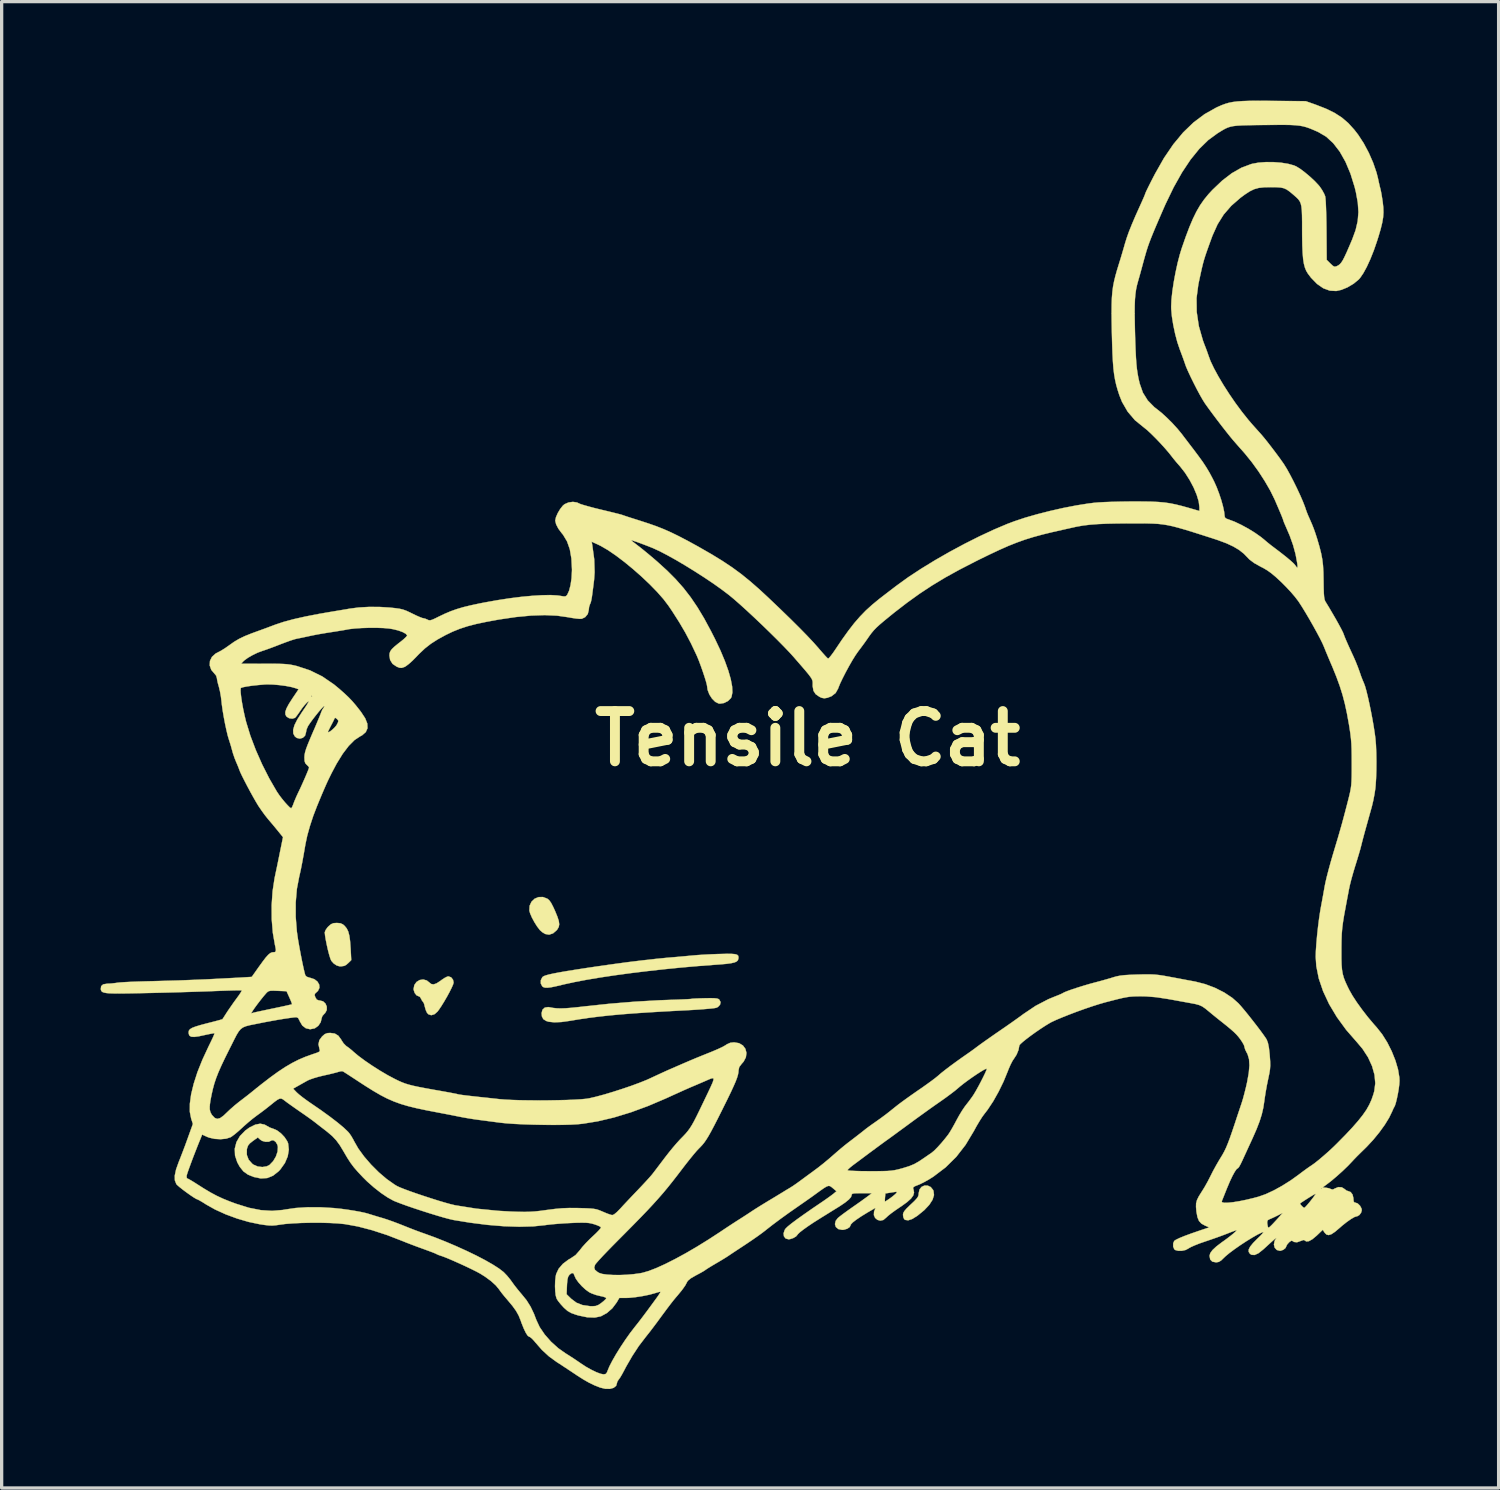
<source format=kicad_pcb>
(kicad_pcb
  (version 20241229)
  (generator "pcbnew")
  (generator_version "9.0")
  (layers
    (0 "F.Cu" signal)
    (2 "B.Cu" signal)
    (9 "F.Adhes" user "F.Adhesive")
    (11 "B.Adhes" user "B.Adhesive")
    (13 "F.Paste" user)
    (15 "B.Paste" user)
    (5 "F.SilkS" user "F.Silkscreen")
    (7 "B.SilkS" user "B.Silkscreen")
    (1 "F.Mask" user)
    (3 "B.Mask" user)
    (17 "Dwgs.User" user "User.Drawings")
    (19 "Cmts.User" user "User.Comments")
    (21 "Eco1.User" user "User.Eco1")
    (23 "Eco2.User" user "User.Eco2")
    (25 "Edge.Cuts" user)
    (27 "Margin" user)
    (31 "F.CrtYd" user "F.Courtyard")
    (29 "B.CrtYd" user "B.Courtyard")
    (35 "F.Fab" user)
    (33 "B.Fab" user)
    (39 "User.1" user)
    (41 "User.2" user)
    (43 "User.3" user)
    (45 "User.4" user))
  (footprint "Tensile Cat"
    (layer "F.Cu")
    (at 21.431 19.337)
    (property "Reference" "Tensile Cat" (at 0 0 0) (layer "F.SilkS") (effects (font (size 1.524 1.524) (thickness 0.3))))
    (attr through_hole)
    (fp_poly (pts (xy -7.89 4.853) (xy -7.834 4.9) (xy -7.777 4.979) (xy -7.714 5.101) (xy -7.659 5.22) (xy -7.587 5.396) (xy -7.544 5.528) (xy -7.531 5.629) (xy -7.545 5.709) (xy -7.586 5.781) (xy -7.604 5.805) (xy -7.718 5.904) (xy -7.838 5.943) (xy -7.956 5.922) (xy -8.047 5.867) (xy -8.115 5.806) (xy -8.199 5.697) (xy -8.283 5.564) (xy -8.358 5.425) (xy -8.412 5.299) (xy -8.436 5.215) (xy -8.428 5.068) (xy -8.372 4.946) (xy -8.278 4.855) (xy -8.158 4.805) (xy -8.025 4.802) (xy -7.89 4.853)) (stroke (width 0.01) (type solid)) (fill yes) (layer "F.SilkS"))
    (fp_poly (pts (xy 3.638 13.549) (xy 3.73 13.593) (xy 3.801 13.681) (xy 3.814 13.711) (xy 3.829 13.836) (xy 3.785 13.978) (xy 3.686 14.131) (xy 3.534 14.293) (xy 3.331 14.459) (xy 3.32 14.467) (xy 3.167 14.562) (xy 3.046 14.602) (xy 2.955 14.588) (xy 2.927 14.567) (xy 2.9 14.509) (xy 2.889 14.434) (xy 2.898 14.381) (xy 2.93 14.323) (xy 2.992 14.25) (xy 3.094 14.15) (xy 3.127 14.119) (xy 3.237 14.015) (xy 3.306 13.94) (xy 3.345 13.883) (xy 3.362 13.83) (xy 3.365 13.78) (xy 3.39 13.666) (xy 3.453 13.588) (xy 3.541 13.548) (xy 3.638 13.549)) (stroke (width 0.01) (type solid)) (fill yes) (layer "F.SilkS"))
    (fp_poly (pts (xy -14.165 5.597) (xy -14.088 5.631) (xy -14.034 5.678) (xy -13.972 5.754) (xy -13.926 5.848) (xy -13.893 5.972) (xy -13.87 6.136) (xy -13.854 6.352) (xy -13.853 6.366) (xy -13.835 6.715) (xy -13.923 6.802) (xy -13.989 6.859) (xy -14.043 6.888) (xy -14.051 6.89) (xy -14.119 6.9) (xy -14.134 6.904) (xy -14.19 6.903) (xy -14.27 6.878) (xy -14.279 6.875) (xy -14.368 6.815) (xy -14.44 6.733) (xy -14.441 6.731) (xy -14.469 6.664) (xy -14.504 6.55) (xy -14.541 6.408) (xy -14.576 6.252) (xy -14.606 6.101) (xy -14.628 5.97) (xy -14.637 5.877) (xy -14.637 5.872) (xy -14.615 5.81) (xy -14.561 5.731) (xy -14.529 5.696) (xy -14.449 5.627) (xy -14.373 5.595) (xy -14.272 5.588) (xy -14.165 5.597)) (stroke (width 0.01) (type solid)) (fill yes) (layer "F.SilkS"))
    (fp_poly (pts (xy -10.808 7.236) (xy -10.75 7.309) (xy -10.732 7.394) (xy -10.748 7.454) (xy -10.792 7.554) (xy -10.856 7.682) (xy -10.934 7.826) (xy -11.019 7.972) (xy -11.103 8.108) (xy -11.18 8.222) (xy -11.224 8.279) (xy -11.316 8.357) (xy -11.41 8.384) (xy -11.495 8.357) (xy -11.538 8.311) (xy -11.575 8.23) (xy -11.604 8.13) (xy -11.606 8.12) (xy -11.627 8.038) (xy -11.653 7.986) (xy -11.658 7.982) (xy -11.691 7.94) (xy -11.717 7.887) (xy -11.754 7.829) (xy -11.789 7.811) (xy -11.855 7.782) (xy -11.911 7.711) (xy -11.942 7.618) (xy -11.945 7.59) (xy -11.922 7.47) (xy -11.856 7.377) (xy -11.762 7.319) (xy -11.654 7.302) (xy -11.546 7.331) (xy -11.479 7.384) (xy -11.412 7.438) (xy -11.34 7.451) (xy -11.251 7.421) (xy -11.135 7.346) (xy -11.099 7.318) (xy -11.008 7.257) (xy -10.929 7.217) (xy -10.892 7.207) (xy -10.808 7.236)) (stroke (width 0.01) (type solid)) (fill yes) (layer "F.SilkS"))
    (fp_poly (pts (xy -2.83 7.87) (xy -2.753 7.878) (xy -2.705 7.893) (xy -2.678 7.913) (xy -2.64 7.987) (xy -2.656 8.066) (xy -2.719 8.134) (xy -2.77 8.159) (xy -2.828 8.17) (xy -2.94 8.183) (xy -3.098 8.197) (xy -3.291 8.212) (xy -3.51 8.226) (xy -3.748 8.239) (xy -3.778 8.24) (xy -4.323 8.269) (xy -4.811 8.298) (xy -5.249 8.327) (xy -5.644 8.358) (xy -6.004 8.391) (xy -6.333 8.427) (xy -6.641 8.466) (xy -6.933 8.509) (xy -7.207 8.555) (xy -7.464 8.591) (xy -7.679 8.6) (xy -7.847 8.583) (xy -7.925 8.559) (xy -8.012 8.504) (xy -8.055 8.423) (xy -8.065 8.321) (xy -8.038 8.218) (xy -7.968 8.154) (xy -7.865 8.138) (xy -7.836 8.142) (xy -7.723 8.163) (xy -7.61 8.175) (xy -7.485 8.179) (xy -7.338 8.174) (xy -7.157 8.16) (xy -6.931 8.137) (xy -6.743 8.115) (xy -5.993 8.036) (xy -5.236 7.974) (xy -4.499 7.932) (xy -4.154 7.919) (xy -3.964 7.913) (xy -3.795 7.906) (xy -3.659 7.9) (xy -3.565 7.894) (xy -3.524 7.89) (xy -3.523 7.889) (xy -3.487 7.884) (xy -3.399 7.879) (xy -3.274 7.874) (xy -3.124 7.87) (xy -3.118 7.87) (xy -2.948 7.867) (xy -2.83 7.87)) (stroke (width 0.01) (type solid)) (fill yes) (layer "F.SilkS"))
    (fp_poly (pts (xy -2.305 6.525) (xy -2.202 6.534) (xy -2.139 6.552) (xy -2.106 6.582) (xy -2.097 6.625) (xy -2.101 6.673) (xy -2.116 6.72) (xy -2.153 6.756) (xy -2.217 6.785) (xy -2.318 6.808) (xy -2.463 6.828) (xy -2.659 6.845) (xy -2.81 6.856) (xy -3.315 6.894) (xy -3.831 6.939) (xy -4.35 6.991) (xy -4.863 7.048) (xy -5.363 7.109) (xy -5.841 7.174) (xy -6.289 7.241) (xy -6.699 7.31) (xy -7.064 7.379) (xy -7.375 7.447) (xy -7.426 7.459) (xy -7.627 7.507) (xy -7.777 7.538) (xy -7.885 7.551) (xy -7.961 7.549) (xy -8.014 7.532) (xy -8.046 7.507) (xy -8.089 7.423) (xy -8.088 7.324) (xy -8.044 7.235) (xy -8.031 7.222) (xy -7.994 7.199) (xy -7.93 7.175) (xy -7.834 7.149) (xy -7.701 7.12) (xy -7.528 7.087) (xy -7.309 7.049) (xy -7.041 7.006) (xy -6.718 6.956) (xy -6.382 6.906) (xy -5.911 6.839) (xy -5.453 6.777) (xy -5.019 6.724) (xy -4.62 6.679) (xy -4.268 6.644) (xy -4.16 6.635) (xy -3.97 6.619) (xy -3.761 6.6) (xy -3.566 6.582) (xy -3.477 6.574) (xy -3.326 6.561) (xy -3.134 6.549) (xy -2.922 6.538) (xy -2.713 6.53) (xy -2.66 6.529) (xy -2.455 6.524) (xy -2.305 6.525)) (stroke (width 0.01) (type solid)) (fill yes) (layer "F.SilkS"))
    (fp_poly (pts (xy -16.46 11.701) (xy -16.398 11.736) (xy -16.302 11.79) (xy -16.202 11.825) (xy -16.201 11.825) (xy -16.086 11.875) (xy -15.965 11.966) (xy -15.855 12.082) (xy -15.775 12.204) (xy -15.748 12.27) (xy -15.727 12.461) (xy -15.76 12.663) (xy -15.846 12.865) (xy -15.98 13.054) (xy -16.038 13.117) (xy -16.204 13.248) (xy -16.381 13.32) (xy -16.576 13.332) (xy -16.789 13.288) (xy -16.966 13.216) (xy -17.103 13.118) (xy -17.214 12.979) (xy -17.289 12.843) (xy -17.357 12.637) (xy -17.358 12.616) (xy -17.001 12.616) (xy -16.944 12.765) (xy -16.833 12.889) (xy -16.799 12.914) (xy -16.671 12.97) (xy -16.528 12.987) (xy -16.394 12.965) (xy -16.31 12.922) (xy -16.2 12.807) (xy -16.117 12.666) (xy -16.067 12.517) (xy -16.058 12.377) (xy -16.072 12.315) (xy -16.118 12.233) (xy -16.179 12.182) (xy -16.24 12.174) (xy -16.266 12.189) (xy -16.336 12.22) (xy -16.433 12.221) (xy -16.532 12.195) (xy -16.594 12.156) (xy -16.666 12.089) (xy -16.818 12.198) (xy -16.91 12.271) (xy -16.963 12.337) (xy -16.992 12.42) (xy -16.999 12.452) (xy -17.001 12.616) (xy -17.358 12.616) (xy -17.365 12.431) (xy -17.314 12.231) (xy -17.207 12.046) (xy -17.046 11.88) (xy -16.916 11.787) (xy -16.743 11.702) (xy -16.593 11.673) (xy -16.46 11.701)) (stroke (width 0.01) (type solid)) (fill yes) (layer "F.SilkS"))
    (fp_poly (pts (xy 13.915 -19.331) (xy 14.085 -19.329) (xy 15.097 -19.32) (xy 15.399 -19.214) (xy 15.709 -19.093) (xy 15.969 -18.966) (xy 16.191 -18.823) (xy 16.387 -18.655) (xy 16.569 -18.454) (xy 16.685 -18.304) (xy 16.853 -18.046) (xy 17.008 -17.755) (xy 17.141 -17.451) (xy 17.242 -17.156) (xy 17.285 -16.986) (xy 17.313 -16.856) (xy 17.34 -16.738) (xy 17.361 -16.656) (xy 17.362 -16.653) (xy 17.378 -16.579) (xy 17.399 -16.463) (xy 17.421 -16.323) (xy 17.431 -16.256) (xy 17.448 -16.095) (xy 17.452 -15.946) (xy 17.442 -15.797) (xy 17.414 -15.634) (xy 17.368 -15.445) (xy 17.301 -15.217) (xy 17.258 -15.081) (xy 17.159 -14.794) (xy 17.053 -14.529) (xy 16.946 -14.296) (xy 16.84 -14.103) (xy 16.741 -13.959) (xy 16.7 -13.913) (xy 16.546 -13.787) (xy 16.365 -13.679) (xy 16.178 -13.602) (xy 16.021 -13.567) (xy 15.825 -13.578) (xy 15.629 -13.65) (xy 15.439 -13.782) (xy 15.256 -13.97) (xy 15.161 -14.096) (xy 15.111 -14.18) (xy 15.072 -14.276) (xy 15.041 -14.393) (xy 15.018 -14.539) (xy 15.003 -14.72) (xy 14.993 -14.945) (xy 14.988 -15.222) (xy 14.987 -15.408) (xy 14.987 -15.662) (xy 14.984 -15.861) (xy 14.978 -16.015) (xy 14.965 -16.132) (xy 14.944 -16.221) (xy 14.913 -16.29) (xy 14.869 -16.35) (xy 14.81 -16.408) (xy 14.735 -16.474) (xy 14.727 -16.481) (xy 14.614 -16.576) (xy 14.522 -16.641) (xy 14.436 -16.681) (xy 14.338 -16.703) (xy 14.211 -16.712) (xy 14.038 -16.714) (xy 14.034 -16.714) (xy 13.834 -16.71) (xy 13.674 -16.692) (xy 13.536 -16.654) (xy 13.402 -16.589) (xy 13.253 -16.492) (xy 13.12 -16.394) (xy 12.841 -16.151) (xy 12.611 -15.886) (xy 12.424 -15.588) (xy 12.269 -15.244) (xy 12.254 -15.203) (xy 12.172 -14.978) (xy 12.108 -14.799) (xy 12.057 -14.651) (xy 12.016 -14.521) (xy 11.981 -14.394) (xy 11.947 -14.255) (xy 11.911 -14.092) (xy 11.867 -13.889) (xy 11.841 -13.764) (xy 11.787 -13.353) (xy 11.792 -12.93) (xy 11.856 -12.501) (xy 11.978 -12.074) (xy 12.012 -11.98) (xy 12.063 -11.848) (xy 12.107 -11.73) (xy 12.137 -11.644) (xy 12.145 -11.62) (xy 12.211 -11.441) (xy 12.315 -11.223) (xy 12.448 -10.978) (xy 12.605 -10.714) (xy 12.78 -10.441) (xy 12.967 -10.169) (xy 13.16 -9.908) (xy 13.352 -9.667) (xy 13.474 -9.525) (xy 13.575 -9.412) (xy 13.68 -9.295) (xy 13.755 -9.211) (xy 13.835 -9.116) (xy 13.94 -8.985) (xy 14.06 -8.83) (xy 14.184 -8.666) (xy 14.301 -8.509) (xy 14.399 -8.371) (xy 14.435 -8.319) (xy 14.519 -8.183) (xy 14.617 -8.007) (xy 14.722 -7.805) (xy 14.827 -7.592) (xy 14.925 -7.382) (xy 15.009 -7.189) (xy 15.072 -7.028) (xy 15.097 -6.953) (xy 15.125 -6.873) (xy 15.165 -6.772) (xy 15.176 -6.747) (xy 15.225 -6.637) (xy 15.279 -6.512) (xy 15.297 -6.47) (xy 15.338 -6.366) (xy 15.387 -6.228) (xy 15.434 -6.083) (xy 15.442 -6.057) (xy 15.512 -5.818) (xy 15.563 -5.617) (xy 15.598 -5.434) (xy 15.62 -5.249) (xy 15.632 -5.041) (xy 15.637 -4.791) (xy 15.637 -4.778) (xy 15.64 -4.565) (xy 15.645 -4.407) (xy 15.654 -4.294) (xy 15.667 -4.217) (xy 15.685 -4.168) (xy 15.69 -4.159) (xy 15.801 -3.977) (xy 15.91 -3.791) (xy 16.014 -3.612) (xy 16.104 -3.45) (xy 16.176 -3.316) (xy 16.224 -3.22) (xy 16.237 -3.189) (xy 16.276 -3.085) (xy 16.329 -2.958) (xy 16.4 -2.798) (xy 16.493 -2.595) (xy 16.541 -2.492) (xy 16.608 -2.34) (xy 16.674 -2.175) (xy 16.727 -2.03) (xy 16.732 -2.016) (xy 16.776 -1.887) (xy 16.823 -1.767) (xy 16.859 -1.683) (xy 16.893 -1.593) (xy 16.933 -1.452) (xy 16.978 -1.27) (xy 17.025 -1.059) (xy 17.072 -0.83) (xy 17.117 -0.594) (xy 17.157 -0.363) (xy 17.19 -0.146) (xy 17.209 0) (xy 17.225 0.193) (xy 17.235 0.43) (xy 17.239 0.691) (xy 17.237 0.957) (xy 17.229 1.208) (xy 17.215 1.425) (xy 17.207 1.508) (xy 17.181 1.683) (xy 17.144 1.876) (xy 17.103 2.049) (xy 17.099 2.064) (xy 17.058 2.211) (xy 17.007 2.393) (xy 16.955 2.581) (xy 16.922 2.699) (xy 16.876 2.865) (xy 16.832 3.03) (xy 16.795 3.173) (xy 16.775 3.254) (xy 16.748 3.357) (xy 16.706 3.502) (xy 16.655 3.671) (xy 16.601 3.846) (xy 16.592 3.873) (xy 16.536 4.06) (xy 16.481 4.255) (xy 16.435 4.437) (xy 16.404 4.582) (xy 16.403 4.588) (xy 16.372 4.754) (xy 16.338 4.933) (xy 16.309 5.09) (xy 16.305 5.112) (xy 16.259 5.359) (xy 16.226 5.564) (xy 16.203 5.745) (xy 16.188 5.923) (xy 16.181 6.117) (xy 16.178 6.347) (xy 16.178 6.429) (xy 16.178 6.667) (xy 16.183 6.854) (xy 16.196 7.006) (xy 16.218 7.135) (xy 16.252 7.256) (xy 16.302 7.382) (xy 16.37 7.528) (xy 16.416 7.621) (xy 16.513 7.792) (xy 16.645 7.994) (xy 16.804 8.215) (xy 16.979 8.441) (xy 17.162 8.658) (xy 17.246 8.752) (xy 17.413 8.963) (xy 17.568 9.21) (xy 17.703 9.479) (xy 17.814 9.756) (xy 17.893 10.024) (xy 17.934 10.271) (xy 17.939 10.372) (xy 17.932 10.48) (xy 17.915 10.617) (xy 17.889 10.767) (xy 17.859 10.913) (xy 17.828 11.039) (xy 17.799 11.129) (xy 17.784 11.158) (xy 17.756 11.209) (xy 17.721 11.289) (xy 17.715 11.303) (xy 17.623 11.493) (xy 17.491 11.708) (xy 17.327 11.935) (xy 17.142 12.161) (xy 16.946 12.372) (xy 16.885 12.432) (xy 16.766 12.548) (xy 16.651 12.662) (xy 16.557 12.759) (xy 16.509 12.811) (xy 16.377 12.95) (xy 16.214 13.107) (xy 16.038 13.265) (xy 15.87 13.407) (xy 15.795 13.465) (xy 15.609 13.605) (xy 15.718 13.615) (xy 15.804 13.631) (xy 15.863 13.656) (xy 15.866 13.658) (xy 15.92 13.668) (xy 15.976 13.639) (xy 16.083 13.595) (xy 16.189 13.601) (xy 16.272 13.652) (xy 16.334 13.701) (xy 16.383 13.716) (xy 16.458 13.745) (xy 16.515 13.82) (xy 16.541 13.927) (xy 16.542 13.949) (xy 16.549 14.029) (xy 16.575 14.062) (xy 16.6 14.065) (xy 16.673 14.092) (xy 16.742 14.159) (xy 16.787 14.244) (xy 16.796 14.293) (xy 16.775 14.369) (xy 16.724 14.439) (xy 16.663 14.476) (xy 16.65 14.478) (xy 16.579 14.499) (xy 16.474 14.559) (xy 16.345 14.649) (xy 16.201 14.763) (xy 16.124 14.831) (xy 15.983 14.95) (xy 15.875 15.022) (xy 15.791 15.049) (xy 15.726 15.033) (xy 15.67 14.977) (xy 15.665 14.969) (xy 15.613 14.889) (xy 15.429 15.065) (xy 15.3 15.173) (xy 15.193 15.233) (xy 15.111 15.242) (xy 15.065 15.208) (xy 15.024 15.198) (xy 14.954 15.224) (xy 14.832 15.267) (xy 14.739 15.257) (xy 14.707 15.234) (xy 14.669 15.218) (xy 14.617 15.247) (xy 14.59 15.271) (xy 14.535 15.332) (xy 14.51 15.38) (xy 14.51 15.383) (xy 14.482 15.443) (xy 14.416 15.495) (xy 14.335 15.524) (xy 14.314 15.526) (xy 14.219 15.5) (xy 14.156 15.431) (xy 14.132 15.336) (xy 14.153 15.228) (xy 14.181 15.176) (xy 14.199 15.148) (xy 14.204 15.135) (xy 14.189 15.143) (xy 14.15 15.175) (xy 14.081 15.236) (xy 13.977 15.33) (xy 13.833 15.462) (xy 13.805 15.487) (xy 13.664 15.599) (xy 13.547 15.652) (xy 13.453 15.647) (xy 13.405 15.615) (xy 13.367 15.555) (xy 13.368 15.486) (xy 13.412 15.4) (xy 13.501 15.29) (xy 13.618 15.171) (xy 13.725 15.067) (xy 13.788 15) (xy 13.813 14.966) (xy 13.803 14.959) (xy 13.761 14.973) (xy 13.761 14.973) (xy 13.633 15.035) (xy 13.474 15.126) (xy 13.295 15.236) (xy 13.112 15.356) (xy 12.937 15.478) (xy 12.783 15.593) (xy 12.665 15.691) (xy 12.618 15.736) (xy 12.532 15.819) (xy 12.463 15.861) (xy 12.39 15.875) (xy 12.376 15.875) (xy 12.266 15.854) (xy 12.202 15.79) (xy 12.181 15.679) (xy 12.181 15.677) (xy 12.203 15.597) (xy 12.27 15.504) (xy 12.387 15.395) (xy 12.556 15.266) (xy 12.605 15.232) (xy 12.708 15.157) (xy 12.812 15.077) (xy 12.904 15.003) (xy 12.972 14.942) (xy 13.005 14.906) (xy 13.006 14.901) (xy 12.975 14.908) (xy 12.898 14.934) (xy 12.79 14.975) (xy 12.723 15.002) (xy 12.581 15.056) (xy 12.403 15.121) (xy 12.211 15.188) (xy 12.043 15.245) (xy 11.883 15.3) (xy 11.739 15.357) (xy 11.623 15.408) (xy 11.552 15.447) (xy 11.547 15.452) (xy 11.457 15.5) (xy 11.345 15.525) (xy 11.233 15.526) (xy 11.143 15.502) (xy 11.112 15.478) (xy 11.078 15.395) (xy 11.08 15.297) (xy 11.111 15.226) (xy 11.164 15.19) (xy 11.272 15.138) (xy 11.429 15.074) (xy 11.63 15) (xy 11.868 14.918) (xy 11.905 14.905) (xy 12.173 14.816) (xy 12.042 14.76) (xy 11.935 14.701) (xy 11.885 14.646) (xy 13.928 14.646) (xy 13.932 14.713) (xy 13.946 14.788) (xy 13.963 14.826) (xy 13.967 14.827) (xy 13.999 14.806) (xy 14.058 14.751) (xy 14.115 14.692) (xy 14.201 14.599) (xy 14.283 14.509) (xy 14.32 14.467) (xy 14.399 14.377) (xy 14.239 14.458) (xy 14.134 14.509) (xy 14.039 14.552) (xy 13.999 14.568) (xy 13.946 14.598) (xy 13.928 14.646) (xy 11.885 14.646) (xy 11.862 14.622) (xy 11.815 14.508) (xy 11.785 14.347) (xy 11.783 14.332) (xy 11.771 14.194) (xy 11.774 14.088) (xy 14.925 14.088) (xy 14.933 14.114) (xy 14.969 14.159) (xy 15.015 14.203) (xy 15.051 14.224) (xy 15.052 14.224) (xy 15.081 14.201) (xy 15.139 14.139) (xy 15.213 14.051) (xy 15.237 14.021) (xy 15.312 13.925) (xy 15.368 13.848) (xy 15.397 13.804) (xy 15.399 13.799) (xy 15.374 13.807) (xy 15.307 13.844) (xy 15.208 13.904) (xy 15.088 13.98) (xy 14.956 14.067) (xy 14.925 14.088) (xy 11.774 14.088) (xy 11.775 14.085) (xy 11.801 13.986) (xy 11.854 13.878) (xy 11.94 13.74) (xy 11.949 13.727) (xy 12.036 13.586) (xy 12.128 13.421) (xy 12.208 13.265) (xy 12.213 13.255) (xy 12.288 13.106) (xy 12.381 12.936) (xy 12.475 12.774) (xy 12.499 12.735) (xy 12.568 12.622) (xy 12.627 12.515) (xy 12.682 12.401) (xy 12.736 12.27) (xy 12.796 12.112) (xy 12.865 11.914) (xy 12.948 11.668) (xy 13.005 11.494) (xy 13.065 11.314) (xy 13.119 11.153) (xy 13.154 11.049) (xy 13.194 10.92) (xy 13.239 10.752) (xy 13.285 10.568) (xy 13.32 10.414) (xy 13.37 10.134) (xy 13.39 9.903) (xy 13.378 9.716) (xy 13.334 9.567) (xy 13.304 9.511) (xy 13.262 9.426) (xy 13.24 9.353) (xy 13.24 9.344) (xy 13.222 9.288) (xy 13.174 9.202) (xy 13.112 9.11) (xy 13.055 9.036) (xy 12.994 8.967) (xy 12.921 8.895) (xy 12.826 8.811) (xy 12.701 8.707) (xy 12.536 8.575) (xy 12.492 8.541) (xy 12.375 8.447) (xy 12.252 8.347) (xy 12.168 8.277) (xy 12.052 8.182) (xy 11.959 8.118) (xy 11.868 8.077) (xy 11.757 8.046) (xy 11.62 8.02) (xy 11.484 7.995) (xy 11.306 7.963) (xy 11.111 7.927) (xy 10.92 7.893) (xy 10.907 7.891) (xy 10.567 7.839) (xy 10.26 7.814) (xy 10.097 7.811) (xy 9.97 7.812) (xy 9.863 7.816) (xy 9.762 7.824) (xy 9.657 7.84) (xy 9.535 7.864) (xy 9.385 7.9) (xy 9.196 7.948) (xy 9.004 7.998) (xy 8.829 8.049) (xy 8.622 8.115) (xy 8.396 8.192) (xy 8.162 8.276) (xy 7.933 8.363) (xy 7.721 8.447) (xy 7.538 8.524) (xy 7.397 8.589) (xy 7.34 8.62) (xy 7.206 8.701) (xy 7.059 8.797) (xy 6.907 8.901) (xy 6.761 9.006) (xy 6.629 9.106) (xy 6.521 9.193) (xy 6.447 9.26) (xy 6.415 9.3) (xy 6.415 9.303) (xy 6.39 9.438) (xy 6.331 9.582) (xy 6.259 9.693) (xy 6.208 9.769) (xy 6.148 9.885) (xy 6.089 10.021) (xy 6.066 10.081) (xy 5.938 10.393) (xy 5.787 10.702) (xy 5.624 10.993) (xy 5.456 11.247) (xy 5.356 11.377) (xy 5.291 11.465) (xy 5.209 11.594) (xy 5.12 11.744) (xy 5.034 11.901) (xy 5.034 11.901) (xy 4.786 12.314) (xy 4.504 12.677) (xy 4.181 12.996) (xy 3.812 13.276) (xy 3.803 13.282) (xy 3.666 13.368) (xy 3.524 13.447) (xy 3.4 13.508) (xy 3.359 13.525) (xy 3.26 13.564) (xy 3.209 13.593) (xy 3.195 13.624) (xy 3.207 13.669) (xy 3.209 13.674) (xy 3.224 13.761) (xy 3.2 13.848) (xy 3.132 13.942) (xy 3.016 14.047) (xy 2.847 14.17) (xy 2.788 14.209) (xy 2.652 14.302) (xy 2.531 14.39) (xy 2.436 14.466) (xy 2.382 14.517) (xy 2.381 14.518) (xy 2.294 14.591) (xy 2.201 14.611) (xy 2.114 14.587) (xy 2.045 14.529) (xy 2.007 14.443) (xy 2.012 14.339) (xy 2.035 14.282) (xy 2.052 14.238) (xy 2.043 14.231) (xy 1.815 14.363) (xy 1.623 14.481) (xy 1.471 14.584) (xy 1.365 14.666) (xy 1.309 14.726) (xy 1.302 14.748) (xy 1.273 14.806) (xy 1.2 14.856) (xy 1.101 14.886) (xy 1.046 14.891) (xy 0.93 14.867) (xy 0.855 14.804) (xy 0.827 14.717) (xy 0.85 14.618) (xy 0.913 14.535) (xy 0.972 14.486) (xy 1.07 14.411) (xy 1.195 14.32) (xy 1.333 14.222) (xy 1.349 14.211) (xy 1.492 14.111) (xy 1.628 14.015) (xy 1.665 13.988) (xy 2.339 13.988) (xy 2.341 14.031) (xy 2.343 14.034) (xy 2.373 14.017) (xy 2.438 13.975) (xy 2.487 13.942) (xy 2.577 13.875) (xy 2.652 13.811) (xy 2.675 13.789) (xy 2.703 13.755) (xy 2.701 13.74) (xy 2.658 13.74) (xy 2.566 13.753) (xy 2.543 13.757) (xy 2.355 13.787) (xy 2.344 13.91) (xy 2.339 13.988) (xy 1.665 13.988) (xy 1.741 13.933) (xy 1.818 13.877) (xy 1.822 13.874) (xy 1.946 13.78) (xy 1.64 13.78) (xy 1.498 13.781) (xy 1.408 13.785) (xy 1.358 13.796) (xy 1.337 13.815) (xy 1.333 13.837) (xy 1.313 13.897) (xy 1.248 13.971) (xy 1.136 14.062) (xy 0.971 14.174) (xy 0.889 14.225) (xy 0.733 14.321) (xy 0.56 14.429) (xy 0.401 14.527) (xy 0.365 14.55) (xy 0.176 14.669) (xy 0.008 14.782) (xy -0.132 14.882) (xy -0.236 14.963) (xy -0.297 15.021) (xy -0.308 15.038) (xy -0.354 15.091) (xy -0.438 15.14) (xy -0.533 15.171) (xy -0.579 15.177) (xy -0.668 15.152) (xy -0.719 15.087) (xy -0.73 14.997) (xy -0.697 14.895) (xy -0.667 14.85) (xy -0.606 14.791) (xy -0.493 14.699) (xy -0.33 14.577) (xy -0.12 14.427) (xy 0.137 14.248) (xy 0.349 14.104) (xy 0.486 14.011) (xy 0.613 13.922) (xy 0.715 13.848) (xy 0.778 13.8) (xy 0.873 13.72) (xy 0.762 13.626) (xy 0.712 13.585) (xy 0.67 13.562) (xy 0.626 13.558) (xy 0.569 13.579) (xy 0.49 13.627) (xy 0.377 13.706) (xy 0.254 13.795) (xy 0.119 13.893) (xy -0.043 14.007) (xy -0.204 14.119) (xy -0.27 14.165) (xy -0.554 14.363) (xy -0.823 14.557) (xy -1.064 14.737) (xy -1.265 14.894) (xy -1.28 14.907) (xy -1.378 14.982) (xy -1.514 15.081) (xy -1.672 15.191) (xy -1.839 15.304) (xy -1.905 15.348) (xy -2.057 15.448) (xy -2.197 15.54) (xy -2.313 15.617) (xy -2.393 15.671) (xy -2.418 15.688) (xy -2.482 15.729) (xy -2.584 15.792) (xy -2.708 15.866) (xy -2.784 15.91) (xy -2.907 15.983) (xy -3.013 16.048) (xy -3.087 16.096) (xy -3.111 16.114) (xy -3.161 16.146) (xy -3.251 16.197) (xy -3.363 16.257) (xy -3.392 16.272) (xy -3.541 16.358) (xy -3.63 16.432) (xy -3.654 16.469) (xy -3.711 16.576) (xy -3.813 16.72) (xy -3.959 16.897) (xy -3.994 16.937) (xy -4.062 17.019) (xy -4.156 17.139) (xy -4.266 17.284) (xy -4.381 17.439) (xy -4.432 17.508) (xy -4.552 17.672) (xy -4.677 17.839) (xy -4.794 17.992) (xy -4.892 18.116) (xy -4.919 18.15) (xy -5.117 18.409) (xy -5.315 18.711) (xy -5.501 19.033) (xy -5.56 19.146) (xy -5.623 19.263) (xy -5.68 19.36) (xy -5.723 19.422) (xy -5.733 19.433) (xy -5.772 19.495) (xy -5.779 19.53) (xy -5.806 19.618) (xy -5.882 19.679) (xy -5.995 19.71) (xy -6.135 19.708) (xy -6.292 19.67) (xy -6.302 19.666) (xy -6.466 19.601) (xy -6.623 19.525) (xy -6.792 19.429) (xy -6.989 19.304) (xy -7.033 19.274) (xy -7.191 19.169) (xy -7.363 19.055) (xy -7.523 18.95) (xy -7.61 18.894) (xy -7.84 18.727) (xy -8.054 18.53) (xy -8.266 18.288) (xy -8.285 18.264) (xy -8.354 18.189) (xy -8.415 18.14) (xy -8.443 18.129) (xy -8.485 18.1) (xy -8.54 18.017) (xy -8.603 17.887) (xy -8.671 17.719) (xy -8.701 17.633) (xy -8.76 17.488) (xy -8.839 17.347) (xy -8.946 17.198) (xy -9.092 17.023) (xy -9.096 17.018) (xy -9.191 16.907) (xy -9.278 16.799) (xy -9.341 16.713) (xy -9.351 16.698) (xy -9.451 16.576) (xy -9.597 16.443) (xy -9.778 16.31) (xy -9.926 16.217) (xy -10.036 16.157) (xy -10.185 16.083) (xy -10.36 15.999) (xy -10.545 15.914) (xy -10.727 15.833) (xy -10.891 15.762) (xy -11.024 15.709) (xy -11.097 15.683) (xy -11.184 15.654) (xy -11.246 15.627) (xy -11.255 15.621) (xy -11.296 15.602) (xy -11.384 15.567) (xy -11.507 15.521) (xy -11.652 15.468) (xy -11.666 15.463) (xy -11.837 15.401) (xy -12.012 15.335) (xy -12.168 15.275) (xy -12.269 15.234) (xy -12.746 15.049) (xy -13.203 14.9) (xy -13.632 14.788) (xy -14.023 14.717) (xy -14.034 14.716) (xy -14.24 14.695) (xy -14.489 14.682) (xy -14.765 14.675) (xy -15.054 14.675) (xy -15.339 14.681) (xy -15.604 14.694) (xy -15.836 14.712) (xy -15.993 14.733) (xy -16.118 14.751) (xy -16.222 14.76) (xy -16.328 14.757) (xy -16.455 14.743) (xy -16.609 14.72) (xy -16.944 14.65) (xy -17.295 14.547) (xy -17.64 14.42) (xy -17.961 14.274) (xy -18.228 14.124) (xy -18.337 14.055) (xy -18.426 14.003) (xy -18.481 13.974) (xy -18.491 13.97) (xy -18.535 13.952) (xy -18.616 13.903) (xy -18.72 13.833) (xy -18.835 13.751) (xy -18.947 13.667) (xy -19.044 13.59) (xy -19.113 13.529) (xy -19.137 13.502) (xy -19.181 13.389) (xy -19.183 13.268) (xy -18.828 13.268) (xy -18.817 13.322) (xy -18.8 13.335) (xy -18.763 13.351) (xy -18.686 13.395) (xy -18.584 13.457) (xy -18.538 13.487) (xy -18.302 13.637) (xy -18.099 13.758) (xy -17.912 13.858) (xy -17.723 13.946) (xy -17.516 14.03) (xy -17.326 14.1) (xy -16.935 14.222) (xy -16.574 14.293) (xy -16.235 14.315) (xy -15.911 14.288) (xy -15.834 14.274) (xy -15.517 14.228) (xy -15.156 14.205) (xy -14.766 14.206) (xy -14.363 14.23) (xy -14.127 14.255) (xy -13.925 14.283) (xy -13.725 14.315) (xy -13.545 14.348) (xy -13.4 14.38) (xy -13.335 14.398) (xy -13.176 14.447) (xy -12.999 14.501) (xy -12.861 14.541) (xy -12.732 14.583) (xy -12.568 14.641) (xy -12.393 14.707) (xy -12.274 14.754) (xy -12.096 14.825) (xy -11.901 14.901) (xy -11.717 14.969) (xy -11.62 15.003) (xy -11.298 15.12) (xy -10.971 15.25) (xy -10.647 15.388) (xy -10.334 15.53) (xy -10.04 15.672) (xy -9.774 15.811) (xy -9.543 15.943) (xy -9.356 16.063) (xy -9.221 16.167) (xy -9.213 16.174) (xy -9.114 16.277) (xy -9.014 16.399) (xy -8.967 16.464) (xy -8.892 16.568) (xy -8.793 16.694) (xy -8.69 16.818) (xy -8.674 16.836) (xy -8.52 17.026) (xy -8.399 17.219) (xy -8.296 17.435) (xy -8.225 17.621) (xy -8.123 17.839) (xy -7.97 18.064) (xy -7.779 18.281) (xy -7.56 18.478) (xy -7.346 18.629) (xy -7.2 18.721) (xy -7.046 18.822) (xy -6.912 18.913) (xy -6.875 18.939) (xy -6.724 19.038) (xy -6.564 19.128) (xy -6.412 19.202) (xy -6.281 19.252) (xy -6.186 19.271) (xy -6.186 19.271) (xy -6.123 19.26) (xy -6.084 19.212) (xy -6.065 19.163) (xy -6.009 19.028) (xy -5.92 18.856) (xy -5.806 18.657) (xy -5.673 18.443) (xy -5.529 18.226) (xy -5.381 18.017) (xy -5.235 17.828) (xy -5.222 17.812) (xy -5.157 17.73) (xy -5.084 17.636) (xy -4.997 17.522) (xy -4.891 17.38) (xy -4.761 17.204) (xy -4.6 16.984) (xy -4.583 16.961) (xy -4.519 16.87) (xy -4.476 16.802) (xy -4.461 16.769) (xy -4.462 16.769) (xy -4.495 16.771) (xy -4.569 16.791) (xy -4.627 16.809) (xy -4.798 16.856) (xy -5.004 16.898) (xy -5.219 16.931) (xy -5.416 16.951) (xy -5.514 16.954) (xy -5.709 16.954) (xy -5.79 17.092) (xy -5.92 17.266) (xy -6.085 17.411) (xy -6.264 17.509) (xy -6.266 17.51) (xy -6.452 17.549) (xy -6.679 17.541) (xy -6.946 17.486) (xy -7.029 17.461) (xy -7.17 17.41) (xy -7.278 17.348) (xy -7.382 17.256) (xy -7.403 17.235) (xy -7.49 17.139) (xy -7.564 17.046) (xy -7.606 16.982) (xy -7.634 16.891) (xy -7.64 16.843) (xy -7.307 16.843) (xy -7.165 16.982) (xy -7.009 17.099) (xy -6.823 17.171) (xy -6.595 17.204) (xy -6.535 17.206) (xy -6.428 17.199) (xy -6.339 17.165) (xy -6.252 17.105) (xy -6.174 17.041) (xy -6.119 16.987) (xy -6.105 16.966) (xy -6.127 16.94) (xy -6.204 16.914) (xy -6.289 16.896) (xy -6.421 16.863) (xy -6.552 16.815) (xy -6.62 16.782) (xy -6.731 16.702) (xy -6.844 16.598) (xy -6.947 16.483) (xy -7.025 16.374) (xy -7.065 16.287) (xy -7.096 16.212) (xy -7.146 16.198) (xy -7.213 16.245) (xy -7.226 16.259) (xy -7.26 16.312) (xy -7.281 16.392) (xy -7.293 16.513) (xy -7.297 16.585) (xy -7.307 16.843) (xy -7.64 16.843) (xy -7.651 16.758) (xy -7.658 16.601) (xy -7.653 16.441) (xy -7.637 16.298) (xy -7.623 16.23) (xy -7.548 16.07) (xy -7.42 15.921) (xy -7.249 15.792) (xy -7.191 15.76) (xy -7.035 15.655) (xy -6.91 15.513) (xy -6.901 15.501) (xy -6.827 15.407) (xy -6.721 15.29) (xy -6.6 15.167) (xy -6.519 15.091) (xy -6.414 14.992) (xy -6.33 14.906) (xy -6.278 14.843) (xy -6.264 14.815) (xy -6.298 14.788) (xy -6.376 14.753) (xy -6.464 14.722) (xy -6.546 14.699) (xy -6.629 14.683) (xy -6.726 14.675) (xy -6.851 14.673) (xy -7.017 14.676) (xy -7.144 14.681) (xy -7.347 14.691) (xy -7.56 14.706) (xy -7.759 14.723) (xy -7.923 14.742) (xy -7.953 14.747) (xy -8.321 14.785) (xy -8.74 14.796) (xy -9.203 14.781) (xy -9.702 14.74) (xy -10.232 14.673) (xy -10.736 14.591) (xy -10.858 14.563) (xy -11.027 14.518) (xy -11.232 14.458) (xy -11.458 14.389) (xy -11.695 14.313) (xy -11.929 14.236) (xy -12.148 14.161) (xy -12.34 14.091) (xy -12.493 14.032) (xy -12.552 14.007) (xy -12.73 13.909) (xy -12.933 13.772) (xy -13.145 13.606) (xy -13.354 13.422) (xy -13.48 13.297) (xy -13.632 13.135) (xy -13.752 12.997) (xy -13.854 12.861) (xy -13.952 12.71) (xy -14.061 12.524) (xy -14.067 12.513) (xy -14.18 12.326) (xy -14.289 12.177) (xy -14.41 12.048) (xy -14.563 11.918) (xy -14.634 11.863) (xy -14.748 11.775) (xy -14.864 11.685) (xy -14.935 11.629) (xy -15.013 11.57) (xy -15.128 11.487) (xy -15.264 11.391) (xy -15.399 11.298) (xy -15.538 11.201) (xy -15.67 11.108) (xy -15.779 11.03) (xy -15.848 10.977) (xy -15.907 10.933) (xy -15.956 10.911) (xy -16.007 10.914) (xy -16.071 10.946) (xy -16.16 11.011) (xy -16.286 11.113) (xy -16.295 11.12) (xy -16.426 11.224) (xy -16.574 11.336) (xy -16.703 11.43) (xy -16.819 11.518) (xy -16.957 11.632) (xy -17.094 11.752) (xy -17.144 11.799) (xy -17.258 11.902) (xy -17.367 11.994) (xy -17.457 12.061) (xy -17.494 12.084) (xy -17.627 12.127) (xy -17.794 12.143) (xy -17.972 12.133) (xy -18.138 12.096) (xy -18.202 12.072) (xy -18.354 12.003) (xy -18.382 12.074) (xy -18.472 12.295) (xy -18.558 12.514) (xy -18.638 12.72) (xy -18.707 12.906) (xy -18.764 13.062) (xy -18.805 13.181) (xy -18.825 13.253) (xy -18.828 13.268) (xy -19.183 13.268) (xy -19.183 13.243) (xy -19.144 13.059) (xy -19.067 12.843) (xy -19.011 12.702) (xy -18.942 12.523) (xy -18.868 12.328) (xy -18.799 12.138) (xy -18.792 12.118) (xy -18.634 11.68) (xy -18.687 11.518) (xy -18.727 11.314) (xy -18.727 11.235) (xy -18.124 11.235) (xy -18.106 11.318) (xy -18.069 11.39) (xy -18.048 11.419) (xy -17.972 11.498) (xy -17.896 11.527) (xy -17.81 11.504) (xy -17.706 11.43) (xy -17.62 11.348) (xy -17.506 11.24) (xy -17.368 11.119) (xy -17.235 11.011) (xy -17.224 11.003) (xy -17.103 10.91) (xy -16.982 10.817) (xy -16.885 10.74) (xy -16.87 10.728) (xy -16.725 10.611) (xy -15.596 10.611) (xy -15.489 10.723) (xy -15.418 10.787) (xy -15.31 10.873) (xy -15.181 10.968) (xy -15.081 11.038) (xy -14.759 11.259) (xy -14.481 11.46) (xy -14.249 11.638) (xy -14.065 11.791) (xy -13.934 11.916) (xy -13.896 11.96) (xy -13.837 12.044) (xy -13.774 12.152) (xy -13.753 12.195) (xy -13.621 12.426) (xy -13.444 12.669) (xy -13.233 12.913) (xy -13.001 13.145) (xy -12.759 13.351) (xy -12.521 13.519) (xy -12.446 13.564) (xy -12.361 13.603) (xy -12.226 13.657) (xy -12.053 13.721) (xy -11.853 13.791) (xy -11.636 13.864) (xy -11.415 13.936) (xy -11.2 14.004) (xy -11.002 14.063) (xy -10.834 14.11) (xy -10.705 14.141) (xy -10.684 14.146) (xy -10.044 14.248) (xy -9.381 14.314) (xy -8.985 14.336) (xy -8.756 14.344) (xy -8.572 14.346) (xy -8.413 14.342) (xy -8.26 14.332) (xy -8.096 14.314) (xy -7.906 14.288) (xy -7.656 14.256) (xy -7.439 14.236) (xy -7.225 14.228) (xy -6.986 14.229) (xy -6.921 14.231) (xy -6.732 14.236) (xy -6.591 14.243) (xy -6.487 14.253) (xy -6.403 14.268) (xy -6.328 14.292) (xy -6.246 14.325) (xy -6.207 14.342) (xy -6.091 14.391) (xy -5.991 14.427) (xy -5.927 14.444) (xy -5.922 14.444) (xy -5.866 14.421) (xy -5.783 14.353) (xy -5.684 14.252) (xy -5.598 14.158) (xy -5.481 14.033) (xy -5.347 13.891) (xy -5.207 13.744) (xy -5.153 13.688) (xy -5.025 13.553) (xy -4.905 13.424) (xy -4.804 13.313) (xy -4.732 13.231) (xy -4.709 13.203) (xy -4.657 13.136) (xy -4.577 13.031) (xy -4.478 12.9) (xy -4.37 12.758) (xy -4.335 12.711) (xy -4.216 12.558) (xy -4.092 12.405) (xy -3.975 12.268) (xy -3.88 12.164) (xy -3.865 12.148) (xy -3.774 12.055) (xy -3.698 11.974) (xy -3.632 11.895) (xy -3.571 11.812) (xy -3.509 11.714) (xy -3.443 11.596) (xy -3.367 11.447) (xy -3.276 11.261) (xy -3.164 11.028) (xy -3.117 10.93) (xy -3.012 10.711) (xy -2.934 10.545) (xy -2.881 10.425) (xy -2.855 10.347) (xy -2.854 10.305) (xy -2.88 10.293) (xy -2.931 10.305) (xy -3.009 10.337) (xy -3.113 10.383) (xy -3.118 10.385) (xy -3.262 10.447) (xy -3.402 10.507) (xy -3.516 10.555) (xy -3.556 10.572) (xy -3.629 10.604) (xy -3.747 10.656) (xy -3.901 10.726) (xy -4.079 10.806) (xy -4.269 10.893) (xy -4.302 10.908) (xy -4.835 11.135) (xy -5.36 11.328) (xy -5.871 11.484) (xy -6.357 11.599) (xy -6.811 11.673) (xy -6.966 11.689) (xy -7.169 11.701) (xy -7.418 11.708) (xy -7.701 11.71) (xy -8.002 11.708) (xy -8.309 11.702) (xy -8.609 11.692) (xy -8.886 11.679) (xy -9.129 11.662) (xy -9.322 11.642) (xy -9.335 11.64) (xy -9.518 11.616) (xy -9.716 11.59) (xy -9.897 11.566) (xy -9.985 11.555) (xy -10.157 11.53) (xy -10.353 11.498) (xy -10.537 11.464) (xy -10.573 11.457) (xy -10.745 11.422) (xy -10.946 11.383) (xy -11.14 11.346) (xy -11.208 11.333) (xy -11.557 11.266) (xy -11.855 11.203) (xy -12.111 11.14) (xy -12.338 11.073) (xy -12.546 10.997) (xy -12.747 10.909) (xy -12.95 10.804) (xy -13.168 10.677) (xy -13.411 10.525) (xy -13.594 10.406) (xy -13.746 10.306) (xy -13.881 10.218) (xy -13.989 10.148) (xy -14.062 10.102) (xy -14.086 10.086) (xy -14.14 10.081) (xy -14.213 10.099) (xy -14.28 10.119) (xy -14.393 10.148) (xy -14.534 10.182) (xy -14.662 10.21) (xy -14.824 10.249) (xy -14.977 10.294) (xy -15.101 10.338) (xy -15.162 10.366) (xy -15.281 10.433) (xy -15.409 10.505) (xy -15.45 10.528) (xy -15.596 10.611) (xy -16.725 10.611) (xy -16.563 10.481) (xy -16.293 10.273) (xy -16.053 10.099) (xy -15.835 9.955) (xy -15.63 9.835) (xy -15.432 9.734) (xy -15.231 9.648) (xy -15.02 9.572) (xy -14.98 9.559) (xy -14.869 9.521) (xy -14.808 9.493) (xy -14.786 9.466) (xy -14.79 9.43) (xy -14.797 9.41) (xy -14.828 9.266) (xy -14.801 9.141) (xy -14.719 9.03) (xy -14.638 8.959) (xy -14.56 8.928) (xy -14.472 8.922) (xy -14.333 8.941) (xy -14.226 9.006) (xy -14.14 9.123) (xy -14.128 9.146) (xy -14.067 9.238) (xy -13.995 9.311) (xy -13.978 9.324) (xy -13.903 9.377) (xy -13.81 9.453) (xy -13.764 9.495) (xy -13.615 9.62) (xy -13.422 9.763) (xy -13.201 9.914) (xy -12.965 10.064) (xy -12.729 10.203) (xy -12.518 10.315) (xy -12.407 10.37) (xy -12.305 10.415) (xy -12.201 10.455) (xy -12.087 10.49) (xy -11.953 10.524) (xy -11.789 10.559) (xy -11.586 10.598) (xy -11.334 10.644) (xy -11.193 10.668) (xy -11.01 10.701) (xy -10.849 10.73) (xy -10.72 10.755) (xy -10.634 10.772) (xy -10.602 10.781) (xy -10.564 10.789) (xy -10.476 10.802) (xy -10.349 10.818) (xy -10.195 10.836) (xy -10.156 10.84) (xy -9.951 10.863) (xy -9.723 10.887) (xy -9.503 10.911) (xy -9.35 10.928) (xy -9.18 10.942) (xy -8.966 10.953) (xy -8.718 10.961) (xy -8.446 10.965) (xy -8.161 10.967) (xy -7.871 10.966) (xy -7.588 10.961) (xy -7.32 10.955) (xy -7.078 10.945) (xy -6.872 10.933) (xy -6.712 10.918) (xy -6.624 10.904) (xy -6.414 10.855) (xy -6.165 10.788) (xy -5.893 10.706) (xy -5.613 10.616) (xy -5.34 10.523) (xy -5.089 10.43) (xy -4.877 10.345) (xy -4.778 10.3) (xy -4.606 10.22) (xy -4.427 10.137) (xy -4.262 10.062) (xy -4.143 10.01) (xy -3.895 9.902) (xy -3.694 9.815) (xy -3.53 9.745) (xy -3.392 9.687) (xy -3.269 9.637) (xy -3.151 9.589) (xy -3.111 9.573) (xy -2.887 9.483) (xy -2.715 9.409) (xy -2.588 9.35) (xy -2.498 9.3) (xy -2.448 9.266) (xy -2.345 9.22) (xy -2.231 9.207) (xy -2.079 9.233) (xy -1.963 9.302) (xy -1.888 9.403) (xy -1.856 9.526) (xy -1.873 9.66) (xy -1.942 9.792) (xy -2.001 9.859) (xy -2.074 9.955) (xy -2.095 10.054) (xy -2.1 10.119) (xy -2.114 10.192) (xy -2.141 10.282) (xy -2.183 10.393) (xy -2.244 10.533) (xy -2.325 10.709) (xy -2.43 10.926) (xy -2.562 11.192) (xy -2.59 11.249) (xy -2.724 11.516) (xy -2.836 11.734) (xy -2.928 11.908) (xy -3.006 12.047) (xy -3.074 12.157) (xy -3.136 12.246) (xy -3.197 12.321) (xy -3.261 12.389) (xy -3.302 12.43) (xy -3.365 12.497) (xy -3.456 12.604) (xy -3.567 12.74) (xy -3.689 12.894) (xy -3.796 13.033) (xy -3.956 13.243) (xy -4.104 13.433) (xy -4.244 13.608) (xy -4.384 13.776) (xy -4.53 13.943) (xy -4.686 14.116) (xy -4.86 14.303) (xy -5.057 14.508) (xy -5.284 14.74) (xy -5.546 15.005) (xy -5.747 15.207) (xy -5.916 15.378) (xy -6.072 15.538) (xy -6.209 15.681) (xy -6.32 15.801) (xy -6.399 15.891) (xy -6.441 15.943) (xy -6.444 15.949) (xy -6.47 16.032) (xy -6.448 16.101) (xy -6.372 16.166) (xy -6.317 16.198) (xy -6.224 16.227) (xy -6.081 16.247) (xy -5.901 16.258) (xy -5.699 16.26) (xy -5.487 16.252) (xy -5.279 16.234) (xy -5.087 16.208) (xy -5.008 16.193) (xy -4.819 16.138) (xy -4.586 16.048) (xy -4.317 15.926) (xy -4.018 15.775) (xy -3.695 15.599) (xy -3.356 15.401) (xy -3.007 15.185) (xy -2.654 14.955) (xy -2.556 14.889) (xy -2.437 14.81) (xy -2.291 14.714) (xy -2.146 14.62) (xy -2.111 14.598) (xy -1.973 14.51) (xy -1.831 14.418) (xy -1.71 14.338) (xy -1.683 14.32) (xy -1.581 14.254) (xy -1.444 14.168) (xy -1.294 14.076) (xy -1.194 14.015) (xy -1.055 13.932) (xy -0.925 13.853) (xy -0.82 13.789) (xy -0.765 13.756) (xy -0.659 13.69) (xy -0.551 13.626) (xy -0.54 13.619) (xy -0.455 13.566) (xy -0.346 13.491) (xy -0.249 13.421) (xy -0.131 13.334) (xy 0.009 13.231) (xy 0.142 13.134) (xy 0.149 13.129) (xy 0.209 13.084) (xy 1.206 13.084) (xy 1.237 13.093) (xy 1.322 13.1) (xy 1.455 13.106) (xy 1.625 13.111) (xy 1.826 13.112) (xy 1.881 13.113) (xy 2.108 13.112) (xy 2.284 13.11) (xy 2.42 13.106) (xy 2.53 13.097) (xy 2.624 13.084) (xy 2.717 13.065) (xy 2.818 13.039) (xy 2.883 13.021) (xy 3.076 12.961) (xy 3.231 12.897) (xy 3.373 12.816) (xy 3.435 12.775) (xy 3.553 12.695) (xy 3.663 12.619) (xy 3.746 12.563) (xy 3.759 12.553) (xy 3.836 12.489) (xy 3.938 12.386) (xy 4.054 12.258) (xy 4.171 12.117) (xy 4.261 12.002) (xy 4.31 11.927) (xy 4.378 11.813) (xy 4.454 11.677) (xy 4.509 11.573) (xy 4.591 11.424) (xy 4.68 11.277) (xy 4.763 11.154) (xy 4.807 11.097) (xy 4.898 10.98) (xy 4.991 10.852) (xy 5.039 10.779) (xy 5.104 10.669) (xy 5.177 10.538) (xy 5.251 10.398) (xy 5.32 10.262) (xy 5.377 10.144) (xy 5.416 10.055) (xy 5.429 10.01) (xy 5.406 10.009) (xy 5.341 10.04) (xy 5.244 10.097) (xy 5.126 10.173) (xy 4.995 10.262) (xy 4.861 10.357) (xy 4.733 10.452) (xy 4.622 10.54) (xy 4.567 10.587) (xy 4.472 10.667) (xy 4.339 10.769) (xy 4.188 10.881) (xy 4.033 10.991) (xy 4.018 11.001) (xy 3.872 11.103) (xy 3.691 11.231) (xy 3.491 11.375) (xy 3.286 11.523) (xy 3.102 11.658) (xy 2.934 11.782) (xy 2.777 11.896) (xy 2.642 11.996) (xy 2.536 12.073) (xy 2.47 12.121) (xy 2.461 12.128) (xy 2.355 12.203) (xy 2.213 12.307) (xy 2.05 12.427) (xy 1.881 12.552) (xy 1.747 12.652) (xy 1.62 12.747) (xy 1.487 12.846) (xy 1.375 12.929) (xy 1.37 12.933) (xy 1.286 13) (xy 1.227 13.055) (xy 1.206 13.084) (xy 0.209 13.084) (xy 0.317 13.004) (xy 0.479 12.876) (xy 0.652 12.732) (xy 0.853 12.557) (xy 0.871 12.541) (xy 0.992 12.437) (xy 1.122 12.33) (xy 1.233 12.242) (xy 1.237 12.24) (xy 1.455 12.073) (xy 1.639 11.93) (xy 1.762 11.832) (xy 1.834 11.778) (xy 1.939 11.702) (xy 2.056 11.62) (xy 2.08 11.603) (xy 2.218 11.505) (xy 2.373 11.39) (xy 2.512 11.281) (xy 2.52 11.274) (xy 2.637 11.18) (xy 2.746 11.094) (xy 2.86 11.009) (xy 2.988 10.916) (xy 3.141 10.807) (xy 3.33 10.675) (xy 3.45 10.593) (xy 3.601 10.486) (xy 3.742 10.384) (xy 3.862 10.294) (xy 3.946 10.226) (xy 3.969 10.206) (xy 4.05 10.136) (xy 4.173 10.039) (xy 4.324 9.924) (xy 4.492 9.801) (xy 4.664 9.678) (xy 4.793 9.588) (xy 4.905 9.51) (xy 5.037 9.415) (xy 5.153 9.328) (xy 5.247 9.259) (xy 5.379 9.165) (xy 5.537 9.054) (xy 5.706 8.936) (xy 5.817 8.86) (xy 5.993 8.739) (xy 6.172 8.614) (xy 6.338 8.496) (xy 6.478 8.395) (xy 6.54 8.349) (xy 6.911 8.1) (xy 7.295 7.9) (xy 7.477 7.825) (xy 7.589 7.781) (xy 7.679 7.743) (xy 7.729 7.718) (xy 7.731 7.716) (xy 7.785 7.688) (xy 7.888 7.647) (xy 8.028 7.597) (xy 8.194 7.543) (xy 8.374 7.487) (xy 8.555 7.434) (xy 8.696 7.396) (xy 8.866 7.351) (xy 9.037 7.303) (xy 9.186 7.26) (xy 9.271 7.233) (xy 9.369 7.206) (xy 9.477 7.185) (xy 9.608 7.17) (xy 9.776 7.16) (xy 9.993 7.152) (xy 10.001 7.152) (xy 10.21 7.147) (xy 10.375 7.147) (xy 10.516 7.153) (xy 10.651 7.167) (xy 10.802 7.19) (xy 10.986 7.224) (xy 11.182 7.26) (xy 11.387 7.299) (xy 11.578 7.335) (xy 11.732 7.363) (xy 11.748 7.366) (xy 12.049 7.443) (xy 12.346 7.555) (xy 12.625 7.696) (xy 12.869 7.858) (xy 13.054 8.022) (xy 13.135 8.112) (xy 13.239 8.235) (xy 13.357 8.38) (xy 13.481 8.537) (xy 13.604 8.695) (xy 13.717 8.844) (xy 13.812 8.974) (xy 13.882 9.074) (xy 13.914 9.126) (xy 13.951 9.226) (xy 13.98 9.369) (xy 14.002 9.563) (xy 14.006 9.611) (xy 14.018 9.778) (xy 14.021 9.908) (xy 14.013 10.023) (xy 13.993 10.15) (xy 13.959 10.312) (xy 13.956 10.327) (xy 13.918 10.511) (xy 13.882 10.712) (xy 13.853 10.898) (xy 13.841 10.986) (xy 13.81 11.19) (xy 13.764 11.39) (xy 13.698 11.6) (xy 13.608 11.834) (xy 13.489 12.105) (xy 13.464 12.16) (xy 13.385 12.331) (xy 13.305 12.506) (xy 13.232 12.664) (xy 13.177 12.785) (xy 13.176 12.787) (xy 13.124 12.895) (xy 13.079 12.976) (xy 13.049 13.016) (xy 13.045 13.018) (xy 13.004 13.046) (xy 12.946 13.128) (xy 12.876 13.255) (xy 12.798 13.42) (xy 12.715 13.616) (xy 12.711 13.625) (xy 12.654 13.768) (xy 12.605 13.891) (xy 12.569 13.981) (xy 12.551 14.025) (xy 12.551 14.026) (xy 12.564 14.056) (xy 12.631 14.07) (xy 12.745 14.068) (xy 12.898 14.052) (xy 13.084 14.022) (xy 13.295 13.979) (xy 13.524 13.924) (xy 13.668 13.885) (xy 13.883 13.809) (xy 14.128 13.695) (xy 14.235 13.637) (xy 15.557 13.637) (xy 15.573 13.652) (xy 15.589 13.637) (xy 15.573 13.621) (xy 15.557 13.637) (xy 14.235 13.637) (xy 14.387 13.552) (xy 14.647 13.388) (xy 14.875 13.224) (xy 15.002 13.128) (xy 15.128 13.036) (xy 15.234 12.962) (xy 15.272 12.938) (xy 15.367 12.87) (xy 15.494 12.769) (xy 15.64 12.645) (xy 15.794 12.51) (xy 15.941 12.373) (xy 16.045 12.271) (xy 16.3 12.012) (xy 16.511 11.787) (xy 16.684 11.589) (xy 16.824 11.413) (xy 16.936 11.252) (xy 17.023 11.097) (xy 17.092 10.944) (xy 17.147 10.784) (xy 17.175 10.684) (xy 17.205 10.447) (xy 17.182 10.191) (xy 17.107 9.926) (xy 16.985 9.66) (xy 16.818 9.403) (xy 16.653 9.207) (xy 16.324 8.83) (xy 16.041 8.442) (xy 15.806 8.049) (xy 15.623 7.657) (xy 15.492 7.271) (xy 15.417 6.895) (xy 15.399 6.616) (xy 15.404 6.439) (xy 15.419 6.218) (xy 15.441 5.969) (xy 15.469 5.71) (xy 15.501 5.458) (xy 15.535 5.232) (xy 15.556 5.112) (xy 15.589 4.935) (xy 15.626 4.732) (xy 15.66 4.54) (xy 15.668 4.493) (xy 15.694 4.363) (xy 15.735 4.188) (xy 15.788 3.983) (xy 15.848 3.763) (xy 15.912 3.542) (xy 15.922 3.508) (xy 16.009 3.218) (xy 16.082 2.974) (xy 16.143 2.762) (xy 16.198 2.568) (xy 16.249 2.379) (xy 16.302 2.179) (xy 16.36 1.955) (xy 16.377 1.889) (xy 16.414 1.741) (xy 16.442 1.621) (xy 16.462 1.515) (xy 16.476 1.411) (xy 16.484 1.296) (xy 16.489 1.156) (xy 16.491 0.978) (xy 16.491 0.762) (xy 16.49 0.516) (xy 16.487 0.318) (xy 16.48 0.15) (xy 16.467 -0.003) (xy 16.449 -0.157) (xy 16.423 -0.329) (xy 16.406 -0.434) (xy 16.346 -0.763) (xy 16.283 -1.055) (xy 16.212 -1.327) (xy 16.128 -1.594) (xy 16.025 -1.876) (xy 15.899 -2.187) (xy 15.829 -2.349) (xy 15.768 -2.494) (xy 15.708 -2.638) (xy 15.66 -2.757) (xy 15.649 -2.784) (xy 15.602 -2.891) (xy 15.528 -3.04) (xy 15.433 -3.218) (xy 15.325 -3.414) (xy 15.21 -3.616) (xy 15.095 -3.811) (xy 14.987 -3.988) (xy 14.893 -4.134) (xy 14.863 -4.177) (xy 14.771 -4.297) (xy 14.646 -4.443) (xy 14.504 -4.595) (xy 14.362 -4.738) (xy 14.344 -4.755) (xy 14.185 -4.902) (xy 14.053 -5.012) (xy 13.933 -5.098) (xy 13.81 -5.171) (xy 13.73 -5.211) (xy 13.532 -5.322) (xy 13.389 -5.43) (xy 13.349 -5.472) (xy 13.221 -5.604) (xy 13.076 -5.719) (xy 12.903 -5.822) (xy 12.693 -5.92) (xy 12.435 -6.016) (xy 12.271 -6.07) (xy 11.944 -6.175) (xy 11.669 -6.262) (xy 11.438 -6.333) (xy 11.24 -6.39) (xy 11.069 -6.435) (xy 10.914 -6.468) (xy 10.768 -6.492) (xy 10.622 -6.508) (xy 10.467 -6.517) (xy 10.294 -6.522) (xy 10.095 -6.523) (xy 9.86 -6.523) (xy 9.779 -6.523) (xy 9.4 -6.521) (xy 9.076 -6.514) (xy 8.8 -6.502) (xy 8.564 -6.484) (xy 8.36 -6.46) (xy 8.18 -6.429) (xy 8.112 -6.415) (xy 8.014 -6.393) (xy 7.884 -6.364) (xy 7.763 -6.337) (xy 7.418 -6.259) (xy 7.115 -6.185) (xy 6.841 -6.11) (xy 6.586 -6.031) (xy 6.338 -5.942) (xy 6.084 -5.841) (xy 5.813 -5.721) (xy 5.513 -5.58) (xy 5.173 -5.414) (xy 5.08 -5.367) (xy 4.602 -5.121) (xy 4.171 -4.883) (xy 3.773 -4.643) (xy 3.392 -4.392) (xy 3.015 -4.121) (xy 2.626 -3.821) (xy 2.489 -3.71) (xy 2.318 -3.57) (xy 2.187 -3.459) (xy 2.086 -3.367) (xy 2.005 -3.283) (xy 1.933 -3.197) (xy 1.861 -3.099) (xy 1.815 -3.032) (xy 1.727 -2.907) (xy 1.622 -2.764) (xy 1.525 -2.635) (xy 1.448 -2.524) (xy 1.354 -2.373) (xy 1.253 -2.196) (xy 1.152 -2.01) (xy 1.059 -1.828) (xy 0.982 -1.666) (xy 0.93 -1.538) (xy 0.923 -1.517) (xy 0.847 -1.381) (xy 0.722 -1.284) (xy 0.6 -1.237) (xy 0.505 -1.221) (xy 0.425 -1.236) (xy 0.358 -1.266) (xy 0.242 -1.347) (xy 0.176 -1.449) (xy 0.152 -1.588) (xy 0.152 -1.635) (xy 0.153 -1.685) (xy 0.151 -1.728) (xy 0.14 -1.771) (xy 0.118 -1.819) (xy 0.078 -1.879) (xy 0.017 -1.959) (xy -0.07 -2.064) (xy -0.188 -2.201) (xy -0.341 -2.377) (xy -0.416 -2.464) (xy -0.551 -2.613) (xy -0.725 -2.795) (xy -0.927 -3) (xy -1.15 -3.22) (xy -1.383 -3.446) (xy -1.618 -3.669) (xy -1.846 -3.881) (xy -2.057 -4.072) (xy -2.242 -4.234) (xy -2.386 -4.353) (xy -2.604 -4.518) (xy -2.855 -4.697) (xy -3.129 -4.881) (xy -3.417 -5.066) (xy -3.707 -5.245) (xy -3.989 -5.412) (xy -4.254 -5.559) (xy -4.49 -5.682) (xy -4.688 -5.773) (xy -4.715 -5.784) (xy -4.872 -5.846) (xy -5.022 -5.903) (xy -5.155 -5.952) (xy -5.261 -5.988) (xy -5.33 -6.009) (xy -5.352 -6.01) (xy -5.35 -6.008) (xy -5.312 -5.977) (xy -5.236 -5.918) (xy -5.138 -5.842) (xy -5.096 -5.81) (xy -4.982 -5.719) (xy -4.839 -5.602) (xy -4.687 -5.474) (xy -4.556 -5.361) (xy -4.261 -5.093) (xy -4 -4.831) (xy -3.765 -4.566) (xy -3.548 -4.286) (xy -3.342 -3.982) (xy -3.139 -3.644) (xy -2.932 -3.26) (xy -2.808 -3.016) (xy -2.645 -2.672) (xy -2.511 -2.352) (xy -2.406 -2.06) (xy -2.332 -1.802) (xy -2.29 -1.58) (xy -2.282 -1.4) (xy -2.308 -1.266) (xy -2.328 -1.226) (xy -2.417 -1.138) (xy -2.536 -1.078) (xy -2.66 -1.059) (xy -2.701 -1.064) (xy -2.802 -1.115) (xy -2.899 -1.212) (xy -2.98 -1.338) (xy -3.033 -1.477) (xy -3.048 -1.587) (xy -3.059 -1.648) (xy -3.088 -1.753) (xy -3.131 -1.89) (xy -3.183 -2.046) (xy -3.239 -2.205) (xy -3.295 -2.355) (xy -3.347 -2.482) (xy -3.366 -2.526) (xy -3.536 -2.885) (xy -3.708 -3.212) (xy -3.894 -3.529) (xy -4.105 -3.86) (xy -4.219 -4.028) (xy -4.37 -4.227) (xy -4.563 -4.446) (xy -4.788 -4.677) (xy -5.035 -4.911) (xy -5.294 -5.139) (xy -5.557 -5.355) (xy -5.813 -5.549) (xy -6.053 -5.713) (xy -6.268 -5.838) (xy -6.351 -5.879) (xy -6.548 -5.968) (xy -6.529 -5.865) (xy -6.47 -5.434) (xy -6.458 -5.042) (xy -6.474 -4.812) (xy -6.502 -4.587) (xy -6.524 -4.416) (xy -6.541 -4.291) (xy -6.557 -4.202) (xy -6.571 -4.141) (xy -6.586 -4.098) (xy -6.598 -4.074) (xy -6.625 -3.993) (xy -6.636 -3.897) (xy -6.665 -3.777) (xy -6.743 -3.682) (xy -6.845 -3.632) (xy -6.909 -3.629) (xy -7.018 -3.639) (xy -7.155 -3.659) (xy -7.265 -3.679) (xy -7.596 -3.726) (xy -7.968 -3.743) (xy -8.382 -3.729) (xy -8.843 -3.685) (xy -9.353 -3.61) (xy -9.729 -3.541) (xy -10.043 -3.475) (xy -10.309 -3.406) (xy -10.544 -3.329) (xy -10.765 -3.24) (xy -10.97 -3.141) (xy -11.215 -3.007) (xy -11.418 -2.877) (xy -11.599 -2.736) (xy -11.776 -2.569) (xy -11.87 -2.471) (xy -11.98 -2.36) (xy -12.087 -2.264) (xy -12.177 -2.196) (xy -12.219 -2.172) (xy -12.301 -2.144) (xy -12.365 -2.145) (xy -12.447 -2.176) (xy -12.453 -2.178) (xy -12.582 -2.265) (xy -12.656 -2.384) (xy -12.677 -2.515) (xy -12.672 -2.585) (xy -12.65 -2.647) (xy -12.605 -2.71) (xy -12.527 -2.785) (xy -12.41 -2.881) (xy -12.337 -2.937) (xy -12.243 -3.014) (xy -12.174 -3.079) (xy -12.141 -3.121) (xy -12.14 -3.127) (xy -12.183 -3.178) (xy -12.278 -3.23) (xy -12.411 -3.278) (xy -12.57 -3.317) (xy -12.684 -3.336) (xy -12.855 -3.351) (xy -13.064 -3.358) (xy -13.292 -3.358) (xy -13.52 -3.351) (xy -13.73 -3.337) (xy -13.903 -3.317) (xy -13.954 -3.307) (xy -14.052 -3.289) (xy -14.192 -3.266) (xy -14.353 -3.24) (xy -14.478 -3.221) (xy -14.657 -3.192) (xy -14.844 -3.16) (xy -15.012 -3.127) (xy -15.097 -3.109) (xy -15.236 -3.079) (xy -15.368 -3.051) (xy -15.468 -3.032) (xy -15.478 -3.03) (xy -15.557 -3.01) (xy -15.678 -2.971) (xy -15.825 -2.918) (xy -15.982 -2.859) (xy -15.986 -2.857) (xy -16.148 -2.794) (xy -16.304 -2.736) (xy -16.437 -2.688) (xy -16.528 -2.658) (xy -16.672 -2.605) (xy -16.825 -2.531) (xy -16.967 -2.449) (xy -17.077 -2.369) (xy -17.107 -2.341) (xy -17.175 -2.268) (xy -16.47 -2.269) (xy -16.231 -2.269) (xy -16.045 -2.267) (xy -15.898 -2.262) (xy -15.781 -2.254) (xy -15.681 -2.241) (xy -15.587 -2.223) (xy -15.488 -2.2) (xy -15.481 -2.198) (xy -15.086 -2.068) (xy -14.715 -1.885) (xy -14.361 -1.643) (xy -14.202 -1.512) (xy -14.04 -1.369) (xy -13.912 -1.248) (xy -13.802 -1.132) (xy -13.693 -1.005) (xy -13.57 -0.849) (xy -13.536 -0.804) (xy -13.413 -0.617) (xy -13.348 -0.455) (xy -13.342 -0.315) (xy -13.394 -0.197) (xy -13.505 -0.1) (xy -13.565 -0.068) (xy -13.736 0.045) (xy -13.912 0.222) (xy -14.093 0.46) (xy -14.279 0.761) (xy -14.431 1.048) (xy -14.49 1.168) (xy -14.544 1.279) (xy -14.596 1.393) (xy -14.653 1.523) (xy -14.72 1.679) (xy -14.801 1.873) (xy -14.873 2.048) (xy -14.987 2.345) (xy -15.087 2.649) (xy -15.168 2.939) (xy -15.222 3.195) (xy -15.223 3.199) (xy -15.277 3.512) (xy -15.324 3.769) (xy -15.364 3.974) (xy -15.4 4.135) (xy -15.412 4.185) (xy -15.483 4.558) (xy -15.518 4.969) (xy -15.518 5.404) (xy -15.483 5.847) (xy -15.447 6.096) (xy -15.408 6.319) (xy -15.367 6.538) (xy -15.327 6.742) (xy -15.289 6.921) (xy -15.257 7.063) (xy -15.232 7.158) (xy -15.224 7.18) (xy -15.18 7.22) (xy -15.094 7.249) (xy -15.077 7.252) (xy -14.951 7.294) (xy -14.858 7.367) (xy -14.806 7.458) (xy -14.799 7.555) (xy -14.843 7.647) (xy -14.879 7.681) (xy -14.934 7.732) (xy -14.944 7.779) (xy -14.923 7.842) (xy -14.879 7.912) (xy -14.815 7.937) (xy -14.792 7.938) (xy -14.689 7.964) (xy -14.615 8.033) (xy -14.576 8.126) (xy -14.577 8.228) (xy -14.626 8.319) (xy -14.653 8.345) (xy -14.709 8.409) (xy -14.732 8.475) (xy -14.76 8.596) (xy -14.834 8.706) (xy -14.937 8.78) (xy -14.941 8.782) (xy -15.08 8.81) (xy -15.21 8.78) (xy -15.318 8.698) (xy -15.394 8.569) (xy -15.4 8.552) (xy -15.445 8.469) (xy -15.497 8.445) (xy -15.574 8.451) (xy -15.702 8.468) (xy -15.866 8.492) (xy -16.055 8.523) (xy -16.256 8.559) (xy -16.456 8.596) (xy -16.571 8.619) (xy -16.765 8.658) (xy -16.915 8.688) (xy -17.028 8.718) (xy -17.115 8.754) (xy -17.185 8.805) (xy -17.246 8.877) (xy -17.308 8.978) (xy -17.38 9.117) (xy -17.471 9.299) (xy -17.518 9.392) (xy -17.657 9.671) (xy -17.769 9.906) (xy -17.858 10.107) (xy -17.928 10.286) (xy -17.984 10.452) (xy -18.029 10.618) (xy -18.068 10.791) (xy -18.105 10.983) (xy -18.124 11.127) (xy -18.124 11.235) (xy -18.727 11.235) (xy -18.726 11.067) (xy -18.687 10.78) (xy -18.609 10.46) (xy -18.496 10.109) (xy -18.346 9.734) (xy -18.162 9.338) (xy -18.143 9.299) (xy -18.077 9.164) (xy -18.024 9.051) (xy -17.99 8.97) (xy -17.98 8.934) (xy -17.98 8.934) (xy -18.015 8.934) (xy -18.096 8.948) (xy -18.21 8.971) (xy -18.269 8.984) (xy -18.456 9.024) (xy -18.592 9.042) (xy -18.682 9.037) (xy -18.736 9.007) (xy -18.76 8.951) (xy -18.764 8.9) (xy -18.755 8.852) (xy -18.723 8.81) (xy -18.659 8.77) (xy -18.557 8.73) (xy -18.409 8.685) (xy -18.207 8.631) (xy -18.182 8.625) (xy -18.025 8.585) (xy -17.892 8.55) (xy -17.794 8.523) (xy -17.742 8.507) (xy -17.737 8.504) (xy -17.624 8.329) (xy -16.871 8.329) (xy -16.794 8.308) (xy -16.738 8.294) (xy -16.632 8.271) (xy -16.487 8.24) (xy -16.317 8.204) (xy -16.178 8.175) (xy -16.002 8.138) (xy -15.849 8.105) (xy -15.73 8.078) (xy -15.653 8.06) (xy -15.63 8.053) (xy -15.637 8.021) (xy -15.665 7.948) (xy -15.708 7.85) (xy -15.796 7.657) (xy -16.066 7.646) (xy -16.198 7.641) (xy -16.284 7.644) (xy -16.339 7.657) (xy -16.379 7.684) (xy -16.409 7.714) (xy -16.49 7.808) (xy -16.587 7.929) (xy -16.686 8.058) (xy -16.77 8.173) (xy -16.81 8.232) (xy -16.871 8.329) (xy -17.624 8.329) (xy -17.573 8.25) (xy -17.396 7.995) (xy -17.312 7.88) (xy -17.237 7.777) (xy -17.182 7.694) (xy -17.154 7.643) (xy -17.153 7.633) (xy -17.188 7.63) (xy -17.277 7.63) (xy -17.412 7.633) (xy -17.585 7.638) (xy -17.787 7.645) (xy -17.974 7.652) (xy -18.202 7.661) (xy -18.478 7.67) (xy -18.79 7.68) (xy -19.123 7.69) (xy -19.463 7.699) (xy -19.795 7.707) (xy -20.018 7.712) (xy -20.351 7.719) (xy -20.627 7.724) (xy -20.85 7.726) (xy -21.026 7.725) (xy -21.161 7.721) (xy -21.261 7.712) (xy -21.331 7.698) (xy -21.377 7.68) (xy -21.405 7.656) (xy -21.419 7.626) (xy -21.426 7.594) (xy -21.415 7.504) (xy -21.353 7.449) (xy -21.237 7.43) (xy -21.227 7.429) (xy -21.114 7.424) (xy -20.981 7.409) (xy -20.921 7.4) (xy -20.844 7.392) (xy -20.713 7.383) (xy -20.54 7.374) (xy -20.333 7.366) (xy -20.104 7.359) (xy -19.863 7.353) (xy -19.86 7.353) (xy -19.065 7.331) (xy -18.231 7.298) (xy -17.383 7.254) (xy -17.212 7.245) (xy -16.85 7.223) (xy -16.648 6.937) (xy -16.523 6.764) (xy -16.426 6.637) (xy -16.349 6.552) (xy -16.288 6.502) (xy -16.237 6.48) (xy -16.212 6.477) (xy -16.152 6.472) (xy -16.123 6.447) (xy -16.12 6.39) (xy -16.139 6.288) (xy -16.146 6.261) (xy -16.211 5.886) (xy -16.245 5.476) (xy -16.247 5.049) (xy -16.218 4.625) (xy -16.157 4.223) (xy -16.143 4.159) (xy -16.121 4.053) (xy -16.089 3.902) (xy -16.052 3.723) (xy -16.014 3.535) (xy -16.001 3.47) (xy -15.903 2.988) (xy -16.052 2.804) (xy -16.155 2.678) (xy -16.27 2.541) (xy -16.352 2.445) (xy -16.444 2.33) (xy -16.547 2.189) (xy -16.642 2.05) (xy -16.652 2.035) (xy -16.721 1.92) (xy -16.804 1.775) (xy -16.895 1.611) (xy -16.986 1.441) (xy -17.071 1.277) (xy -17.144 1.132) (xy -17.198 1.018) (xy -17.225 0.95) (xy -17.252 0.877) (xy -17.294 0.775) (xy -17.321 0.714) (xy -17.371 0.59) (xy -17.42 0.445) (xy -17.443 0.363) (xy -17.479 0.232) (xy -17.519 0.102) (xy -17.541 0.034) (xy -17.577 -0.086) (xy -17.617 -0.253) (xy -17.659 -0.447) (xy -17.698 -0.654) (xy -17.732 -0.854) (xy -17.757 -1.032) (xy -17.767 -1.127) (xy -17.786 -1.281) (xy -17.815 -1.441) (xy -17.826 -1.487) (xy -17.19 -1.487) (xy -17.186 -1.391) (xy -17.171 -1.256) (xy -17.146 -1.092) (xy -17.113 -0.91) (xy -17.073 -0.722) (xy -17.03 -0.539) (xy -17.017 -0.492) (xy -16.892 -0.085) (xy -16.728 0.347) (xy -16.535 0.784) (xy -16.32 1.208) (xy -16.093 1.601) (xy -16.079 1.622) (xy -16.012 1.721) (xy -15.931 1.827) (xy -15.845 1.931) (xy -15.764 2.02) (xy -15.699 2.085) (xy -15.659 2.112) (xy -15.653 2.112) (xy -15.626 2.073) (xy -15.594 1.998) (xy -15.587 1.976) (xy -15.553 1.888) (xy -15.502 1.768) (xy -15.444 1.642) (xy -15.44 1.635) (xy -15.376 1.5) (xy -15.309 1.352) (xy -15.244 1.206) (xy -15.187 1.073) (xy -15.143 0.965) (xy -15.117 0.895) (xy -15.113 0.877) (xy -15.135 0.841) (xy -15.184 0.794) (xy -15.228 0.745) (xy -15.249 0.679) (xy -15.254 0.573) (xy -15.254 0.566) (xy -15.249 0.494) (xy -15.233 0.413) (xy -15.203 0.313) (xy -15.155 0.185) (xy -15.086 0.017) (xy -15.011 -0.159) (xy -14.993 -0.2) (xy -14.541 -0.2) (xy -14.522 -0.192) (xy -14.473 -0.219) (xy -14.409 -0.269) (xy -14.343 -0.331) (xy -14.289 -0.394) (xy -14.272 -0.421) (xy -14.234 -0.497) (xy -14.226 -0.54) (xy -14.248 -0.575) (xy -14.268 -0.594) (xy -14.314 -0.63) (xy -14.338 -0.618) (xy -14.343 -0.606) (xy -14.366 -0.555) (xy -14.409 -0.469) (xy -14.451 -0.389) (xy -14.498 -0.296) (xy -14.531 -0.227) (xy -14.541 -0.2) (xy -14.993 -0.2) (xy -14.933 -0.338) (xy -14.864 -0.502) (xy -14.807 -0.639) (xy -14.766 -0.74) (xy -14.747 -0.794) (xy -14.71 -0.879) (xy -14.676 -0.929) (xy -14.65 -0.971) (xy -14.658 -0.984) (xy -14.69 -0.96) (xy -14.749 -0.897) (xy -14.827 -0.805) (xy -14.914 -0.697) (xy -15.001 -0.585) (xy -15.078 -0.48) (xy -15.136 -0.393) (xy -15.151 -0.367) (xy -15.19 -0.274) (xy -15.207 -0.186) (xy -15.207 -0.185) (xy -15.235 -0.088) (xy -15.302 -0.024) (xy -15.391 0.001) (xy -15.485 -0.02) (xy -15.543 -0.065) (xy -15.591 -0.153) (xy -15.595 -0.266) (xy -15.555 -0.407) (xy -15.468 -0.581) (xy -15.334 -0.792) (xy -15.317 -0.817) (xy -15.244 -0.924) (xy -15.182 -1.019) (xy -15.143 -1.084) (xy -15.142 -1.087) (xy -15.12 -1.131) (xy -15.128 -1.135) (xy -15.172 -1.096) (xy -15.19 -1.08) (xy -15.253 -1.011) (xy -15.331 -0.912) (xy -15.39 -0.826) (xy -15.455 -0.733) (xy -15.509 -0.661) (xy -15.54 -0.628) (xy -15.622 -0.604) (xy -15.718 -0.618) (xy -15.795 -0.666) (xy -15.795 -0.666) (xy -15.83 -0.728) (xy -15.833 -0.806) (xy -15.8 -0.908) (xy -15.73 -1.041) (xy -15.621 -1.212) (xy -15.571 -1.286) (xy -15.05 -1.286) (xy -15.034 -1.27) (xy -15.018 -1.286) (xy -15.034 -1.302) (xy -15.05 -1.286) (xy -15.571 -1.286) (xy -15.431 -1.494) (xy -15.51 -1.524) (xy -15.643 -1.562) (xy -15.818 -1.596) (xy -16.015 -1.622) (xy -16.212 -1.639) (xy -16.388 -1.643) (xy -16.46 -1.64) (xy -16.666 -1.622) (xy -16.85 -1.602) (xy -17.004 -1.579) (xy -17.115 -1.557) (xy -17.176 -1.537) (xy -17.181 -1.533) (xy -17.19 -1.487) (xy -17.826 -1.487) (xy -17.847 -1.572) (xy -17.847 -1.572) (xy -17.879 -1.685) (xy -17.9 -1.783) (xy -17.907 -1.834) (xy -17.93 -1.908) (xy -17.973 -1.961) (xy -18.077 -2.083) (xy -18.124 -2.217) (xy -18.117 -2.353) (xy -18.056 -2.477) (xy -17.943 -2.579) (xy -17.881 -2.611) (xy -17.78 -2.664) (xy -17.657 -2.741) (xy -17.536 -2.826) (xy -17.529 -2.831) (xy -17.382 -2.935) (xy -17.233 -3.023) (xy -17.065 -3.104) (xy -16.861 -3.186) (xy -16.732 -3.233) (xy -16.581 -3.288) (xy -16.4 -3.354) (xy -16.217 -3.423) (xy -16.129 -3.456) (xy -15.885 -3.537) (xy -15.582 -3.619) (xy -15.222 -3.7) (xy -14.81 -3.78) (xy -14.462 -3.84) (xy -14.289 -3.869) (xy -14.12 -3.897) (xy -13.976 -3.921) (xy -13.876 -3.939) (xy -13.875 -3.939) (xy -13.605 -3.974) (xy -13.298 -3.991) (xy -12.976 -3.99) (xy -12.668 -3.971) (xy -12.496 -3.953) (xy -12.369 -3.935) (xy -12.267 -3.911) (xy -12.171 -3.877) (xy -12.062 -3.827) (xy -11.991 -3.792) (xy -11.866 -3.731) (xy -11.758 -3.684) (xy -11.682 -3.655) (xy -11.658 -3.65) (xy -11.591 -3.634) (xy -11.526 -3.606) (xy -11.484 -3.587) (xy -11.439 -3.585) (xy -11.376 -3.604) (xy -11.283 -3.646) (xy -11.193 -3.691) (xy -11.003 -3.782) (xy -10.824 -3.858) (xy -10.642 -3.923) (xy -10.444 -3.982) (xy -10.215 -4.038) (xy -9.944 -4.096) (xy -9.795 -4.125) (xy -9.409 -4.194) (xy -9.034 -4.252) (xy -8.676 -4.297) (xy -8.344 -4.328) (xy -8.046 -4.346) (xy -7.789 -4.35) (xy -7.582 -4.338) (xy -7.499 -4.326) (xy -7.4 -4.31) (xy -7.342 -4.311) (xy -7.307 -4.334) (xy -7.286 -4.362) (xy -7.231 -4.483) (xy -7.187 -4.653) (xy -7.157 -4.858) (xy -7.145 -5.082) (xy -7.144 -5.126) (xy -7.161 -5.458) (xy -7.21 -5.741) (xy -7.294 -5.978) (xy -7.414 -6.178) (xy -7.457 -6.23) (xy -7.557 -6.364) (xy -7.624 -6.494) (xy -7.651 -6.603) (xy -7.651 -6.61) (xy -7.629 -6.711) (xy -7.575 -6.835) (xy -7.501 -6.958) (xy -7.421 -7.06) (xy -7.369 -7.104) (xy -7.249 -7.157) (xy -7.115 -7.175) (xy -6.992 -7.157) (xy -6.933 -7.129) (xy -6.882 -7.107) (xy -6.78 -7.075) (xy -6.638 -7.035) (xy -6.466 -6.989) (xy -6.274 -6.942) (xy -6.254 -6.937) (xy -6.065 -6.892) (xy -5.898 -6.851) (xy -5.761 -6.817) (xy -5.666 -6.792) (xy -5.621 -6.779) (xy -5.619 -6.778) (xy -5.583 -6.765) (xy -5.497 -6.736) (xy -5.371 -6.695) (xy -5.216 -6.646) (xy -5.09 -6.606) (xy -4.825 -6.52) (xy -4.586 -6.436) (xy -4.361 -6.347) (xy -4.136 -6.247) (xy -3.9 -6.132) (xy -3.638 -5.995) (xy -3.337 -5.83) (xy -3.286 -5.801) (xy -2.913 -5.587) (xy -2.585 -5.386) (xy -2.289 -5.189) (xy -2.011 -4.985) (xy -1.739 -4.764) (xy -1.457 -4.517) (xy -1.193 -4.272) (xy -0.833 -3.929) (xy -0.52 -3.625) (xy -0.25 -3.357) (xy -0.021 -3.123) (xy 0.169 -2.921) (xy 0.323 -2.748) (xy 0.349 -2.717) (xy 0.446 -2.605) (xy 0.529 -2.512) (xy 0.59 -2.448) (xy 0.619 -2.425) (xy 0.649 -2.446) (xy 0.703 -2.51) (xy 0.775 -2.606) (xy 0.834 -2.692) (xy 1.044 -3.004) (xy 1.234 -3.269) (xy 1.411 -3.498) (xy 1.585 -3.698) (xy 1.763 -3.882) (xy 1.955 -4.056) (xy 2.17 -4.233) (xy 2.302 -4.335) (xy 2.4 -4.41) (xy 2.527 -4.507) (xy 2.661 -4.61) (xy 2.715 -4.65) (xy 3.051 -4.893) (xy 3.436 -5.146) (xy 3.857 -5.404) (xy 4.3 -5.658) (xy 4.754 -5.902) (xy 5.205 -6.129) (xy 5.64 -6.332) (xy 6.048 -6.505) (xy 6.266 -6.587) (xy 6.587 -6.694) (xy 6.953 -6.799) (xy 7.345 -6.899) (xy 7.746 -6.99) (xy 8.138 -7.066) (xy 8.501 -7.124) (xy 8.684 -7.147) (xy 8.814 -7.158) (xy 8.995 -7.168) (xy 9.212 -7.176) (xy 9.452 -7.182) (xy 9.701 -7.186) (xy 9.874 -7.187) (xy 10.171 -7.186) (xy 10.418 -7.182) (xy 10.626 -7.172) (xy 10.811 -7.156) (xy 10.984 -7.131) (xy 11.158 -7.096) (xy 11.347 -7.049) (xy 11.563 -6.989) (xy 11.628 -6.97) (xy 11.874 -6.899) (xy 11.874 -7.016) (xy 11.853 -7.187) (xy 11.792 -7.389) (xy 11.699 -7.61) (xy 11.58 -7.835) (xy 11.442 -8.053) (xy 11.289 -8.249) (xy 11.256 -8.286) (xy 11.168 -8.387) (xy 11.084 -8.489) (xy 11.044 -8.541) (xy 10.946 -8.665) (xy 10.822 -8.809) (xy 10.683 -8.962) (xy 10.54 -9.111) (xy 10.404 -9.246) (xy 10.286 -9.355) (xy 10.196 -9.427) (xy 10.195 -9.428) (xy 9.921 -9.65) (xy 9.7 -9.909) (xy 9.528 -10.206) (xy 9.447 -10.409) (xy 9.395 -10.57) (xy 9.352 -10.722) (xy 9.318 -10.875) (xy 9.29 -11.037) (xy 9.268 -11.218) (xy 9.252 -11.427) (xy 9.239 -11.673) (xy 9.229 -11.964) (xy 9.22 -12.306) (xy 9.214 -12.641) (xy 9.212 -12.894) (xy 9.911 -12.894) (xy 9.915 -12.618) (xy 9.92 -12.367) (xy 9.929 -12.045) (xy 9.939 -11.777) (xy 9.95 -11.554) (xy 9.963 -11.367) (xy 9.979 -11.207) (xy 10 -11.065) (xy 10.024 -10.931) (xy 10.055 -10.797) (xy 10.063 -10.763) (xy 10.16 -10.486) (xy 10.307 -10.25) (xy 10.504 -10.049) (xy 10.584 -9.987) (xy 10.725 -9.875) (xy 10.887 -9.727) (xy 11.054 -9.561) (xy 11.209 -9.391) (xy 11.337 -9.235) (xy 11.342 -9.229) (xy 11.403 -9.147) (xy 11.492 -9.031) (xy 11.594 -8.897) (xy 11.684 -8.78) (xy 11.844 -8.567) (xy 11.973 -8.389) (xy 12.079 -8.228) (xy 12.173 -8.071) (xy 12.263 -7.903) (xy 12.321 -7.789) (xy 12.397 -7.619) (xy 12.47 -7.427) (xy 12.536 -7.229) (xy 12.588 -7.041) (xy 12.623 -6.878) (xy 12.636 -6.76) (xy 12.646 -6.704) (xy 12.687 -6.668) (xy 12.771 -6.637) (xy 12.942 -6.573) (xy 13.142 -6.478) (xy 13.354 -6.363) (xy 13.558 -6.237) (xy 13.737 -6.111) (xy 13.83 -6.036) (xy 13.938 -5.944) (xy 14.057 -5.849) (xy 14.1 -5.817) (xy 14.315 -5.654) (xy 14.496 -5.512) (xy 14.636 -5.395) (xy 14.733 -5.306) (xy 14.777 -5.255) (xy 14.823 -5.192) (xy 14.846 -5.185) (xy 14.849 -5.235) (xy 14.84 -5.31) (xy 14.789 -5.588) (xy 14.714 -5.863) (xy 14.611 -6.152) (xy 14.48 -6.456) (xy 14.442 -6.543) (xy 14.419 -6.605) (xy 14.415 -6.621) (xy 14.402 -6.659) (xy 14.368 -6.747) (xy 14.315 -6.874) (xy 14.248 -7.031) (xy 14.171 -7.21) (xy 14.151 -7.255) (xy 14.022 -7.517) (xy 13.856 -7.804) (xy 13.666 -8.098) (xy 13.462 -8.38) (xy 13.257 -8.634) (xy 13.211 -8.687) (xy 13.112 -8.798) (xy 12.998 -8.928) (xy 12.901 -9.039) (xy 12.812 -9.146) (xy 12.696 -9.291) (xy 12.563 -9.461) (xy 12.423 -9.643) (xy 12.287 -9.824) (xy 12.165 -9.989) (xy 12.066 -10.127) (xy 12.034 -10.173) (xy 11.965 -10.284) (xy 11.88 -10.434) (xy 11.786 -10.61) (xy 11.691 -10.797) (xy 11.601 -10.98) (xy 11.524 -11.146) (xy 11.467 -11.279) (xy 11.447 -11.336) (xy 11.409 -11.446) (xy 11.357 -11.59) (xy 11.3 -11.743) (xy 11.28 -11.795) (xy 11.205 -12.016) (xy 11.138 -12.27) (xy 11.082 -12.535) (xy 11.041 -12.791) (xy 11.02 -13.018) (xy 11.018 -13.093) (xy 11.027 -13.302) (xy 11.054 -13.555) (xy 11.096 -13.835) (xy 11.15 -14.126) (xy 11.212 -14.412) (xy 11.281 -14.676) (xy 11.337 -14.859) (xy 11.459 -15.209) (xy 11.571 -15.505) (xy 11.678 -15.758) (xy 11.784 -15.974) (xy 11.895 -16.165) (xy 12.015 -16.337) (xy 12.148 -16.5) (xy 12.268 -16.63) (xy 12.565 -16.913) (xy 12.856 -17.136) (xy 13.144 -17.301) (xy 13.435 -17.411) (xy 13.47 -17.421) (xy 13.663 -17.457) (xy 13.886 -17.474) (xy 14.121 -17.473) (xy 14.353 -17.455) (xy 14.564 -17.421) (xy 14.739 -17.373) (xy 14.814 -17.34) (xy 14.934 -17.265) (xy 15.078 -17.156) (xy 15.229 -17.029) (xy 15.37 -16.898) (xy 15.483 -16.778) (xy 15.521 -16.732) (xy 15.595 -16.623) (xy 15.655 -16.513) (xy 15.686 -16.438) (xy 15.695 -16.374) (xy 15.704 -16.255) (xy 15.711 -16.09) (xy 15.718 -15.889) (xy 15.723 -15.659) (xy 15.726 -15.414) (xy 15.732 -14.511) (xy 15.846 -14.397) (xy 15.917 -14.331) (xy 15.966 -14.304) (xy 16.013 -14.31) (xy 16.041 -14.321) (xy 16.09 -14.347) (xy 16.134 -14.381) (xy 16.176 -14.431) (xy 16.223 -14.504) (xy 16.276 -14.608) (xy 16.342 -14.75) (xy 16.423 -14.937) (xy 16.505 -15.129) (xy 16.609 -15.414) (xy 16.672 -15.686) (xy 16.694 -15.958) (xy 16.675 -16.247) (xy 16.617 -16.564) (xy 16.58 -16.716) (xy 16.453 -17.124) (xy 16.302 -17.483) (xy 16.128 -17.791) (xy 15.932 -18.045) (xy 15.718 -18.243) (xy 15.485 -18.381) (xy 15.483 -18.382) (xy 15.346 -18.443) (xy 15.229 -18.492) (xy 15.122 -18.53) (xy 15.017 -18.559) (xy 14.904 -18.579) (xy 14.775 -18.592) (xy 14.619 -18.6) (xy 14.429 -18.603) (xy 14.194 -18.602) (xy 13.906 -18.599) (xy 13.868 -18.599) (xy 13.583 -18.596) (xy 13.354 -18.592) (xy 13.17 -18.587) (xy 13.025 -18.579) (xy 12.909 -18.566) (xy 12.814 -18.547) (xy 12.732 -18.521) (xy 12.653 -18.485) (xy 12.57 -18.438) (xy 12.475 -18.38) (xy 12.418 -18.344) (xy 12.14 -18.14) (xy 11.87 -17.876) (xy 11.605 -17.55) (xy 11.347 -17.162) (xy 11.094 -16.712) (xy 10.846 -16.199) (xy 10.787 -16.066) (xy 10.664 -15.782) (xy 10.563 -15.548) (xy 10.481 -15.353) (xy 10.415 -15.19) (xy 10.36 -15.048) (xy 10.314 -14.919) (xy 10.273 -14.793) (xy 10.235 -14.662) (xy 10.194 -14.517) (xy 10.162 -14.399) (xy 10.118 -14.236) (xy 10.076 -14.082) (xy 10.04 -13.954) (xy 10.017 -13.875) (xy 9.982 -13.746) (xy 9.954 -13.615) (xy 9.934 -13.473) (xy 9.92 -13.312) (xy 9.913 -13.122) (xy 9.911 -12.894) (xy 9.212 -12.894) (xy 9.212 -12.922) (xy 9.214 -13.159) (xy 9.221 -13.362) (xy 9.236 -13.541) (xy 9.257 -13.705) (xy 9.288 -13.863) (xy 9.328 -14.026) (xy 9.378 -14.204) (xy 9.428 -14.367) (xy 9.483 -14.544) (xy 9.538 -14.728) (xy 9.587 -14.896) (xy 9.617 -15.002) (xy 9.67 -15.173) (xy 9.738 -15.365) (xy 9.827 -15.587) (xy 9.938 -15.847) (xy 10.065 -16.129) (xy 10.128 -16.269) (xy 10.183 -16.393) (xy 10.222 -16.487) (xy 10.238 -16.533) (xy 10.259 -16.583) (xy 10.305 -16.678) (xy 10.37 -16.809) (xy 10.449 -16.965) (xy 10.53 -17.12) (xy 10.801 -17.598) (xy 11.085 -18.015) (xy 11.383 -18.374) (xy 11.698 -18.677) (xy 12.031 -18.927) (xy 12.385 -19.126) (xy 12.435 -19.149) (xy 12.549 -19.199) (xy 12.657 -19.239) (xy 12.766 -19.271) (xy 12.885 -19.295) (xy 13.022 -19.312) (xy 13.185 -19.323) (xy 13.383 -19.33) (xy 13.624 -19.332) (xy 13.915 -19.331)) (stroke (width 0.01) (type solid)) (fill yes) (layer "F.SilkS")))
  (gr_rect
    (start -3 -3)
    (end 42.374 42.052)
    (stroke (width 0.1) (type default))
    (fill no)
    (layer "Edge.Cuts")))
</source>
